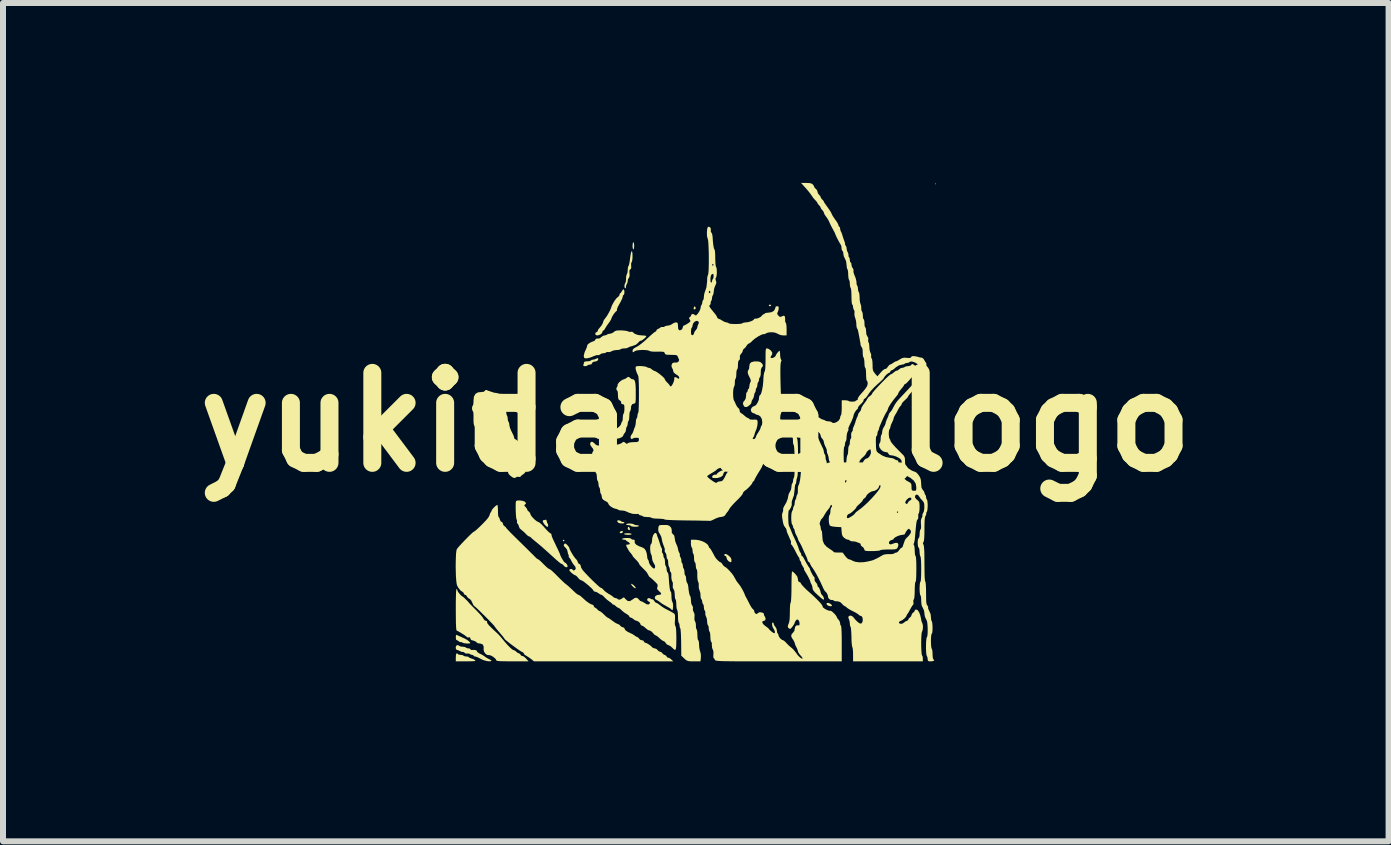
<source format=kicad_pcb>
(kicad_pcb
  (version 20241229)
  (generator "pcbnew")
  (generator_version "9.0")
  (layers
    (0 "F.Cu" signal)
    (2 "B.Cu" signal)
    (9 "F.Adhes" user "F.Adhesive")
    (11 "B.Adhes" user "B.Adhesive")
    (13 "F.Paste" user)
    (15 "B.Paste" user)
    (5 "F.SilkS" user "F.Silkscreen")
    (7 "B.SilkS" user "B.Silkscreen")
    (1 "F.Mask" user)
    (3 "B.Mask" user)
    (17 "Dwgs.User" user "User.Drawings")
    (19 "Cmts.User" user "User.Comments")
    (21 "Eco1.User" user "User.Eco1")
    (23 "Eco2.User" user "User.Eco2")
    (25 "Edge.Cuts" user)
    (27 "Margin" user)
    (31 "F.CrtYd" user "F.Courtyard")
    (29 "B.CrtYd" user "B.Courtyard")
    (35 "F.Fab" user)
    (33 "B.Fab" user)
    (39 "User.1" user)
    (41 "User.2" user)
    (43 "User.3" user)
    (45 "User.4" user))
  (footprint "yukidama_logo"
    (layer "F.Cu")
    (at 8.55 3.988)
    (property "Reference" "yukidama_logo" (at 0 0 0) (layer "F.SilkS") (effects (font (size 1.5 1.5) (thickness 0.3))))
    (attr board_only exclude_from_pos_files exclude_from_bom)
    (fp_poly (pts (xy 3.997 -3.983) (xy 3.998 -3.967) (xy 3.997 -3.965) (xy 3.989 -3.967) (xy 3.988 -3.974) (xy 3.993 -3.985)) (stroke (width 0) (type solid)) (fill yes) (layer "F.SilkS"))
    (fp_poly (pts (xy -2.19 1.97) (xy -2.19 1.974) (xy -2.2 1.987) (xy -2.203 1.987) (xy -2.217 1.977) (xy -2.217 1.974) (xy -2.207 1.96) (xy -2.203 1.96)) (stroke (width 0) (type solid)) (fill yes) (layer "F.SilkS"))
    (fp_poly (pts (xy -1.103 1.765) (xy -1.096 1.789) (xy -1.103 1.797) (xy -1.115 1.798) (xy -1.132 1.787) (xy -1.135 1.771) (xy -1.129 1.747) (xy -1.115 1.747)) (stroke (width 0) (type solid)) (fill yes) (layer "F.SilkS"))
    (fp_poly (pts (xy 1.255 -1.953) (xy 1.257 -1.947) (xy 1.246 -1.935) (xy 1.237 -1.933) (xy 1.219 -1.94) (xy 1.217 -1.947) (xy 1.228 -1.959) (xy 1.237 -1.96)) (stroke (width 0) (type solid)) (fill yes) (layer "F.SilkS"))
    (fp_poly (pts (xy -1.217 1.819) (xy -1.217 1.832) (xy -1.228 1.848) (xy -1.244 1.852) (xy -1.266 1.847) (xy -1.271 1.84) (xy -1.26 1.825) (xy -1.249 1.82) (xy -1.225 1.812)) (stroke (width 0) (type solid)) (fill yes) (layer "F.SilkS"))
    (fp_poly (pts (xy -0.014 -1.926) (xy -0.001 -1.908) (xy -0.005 -1.887) (xy -0.022 -1.879) (xy -0.037 -1.887) (xy -0.035 -1.9) (xy -0.028 -1.922) (xy -0.027 -1.928) (xy -0.018 -1.929)) (stroke (width 0) (type solid)) (fill yes) (layer "F.SilkS"))
    (fp_poly (pts (xy -1.064 2.698) (xy -1.041 2.714) (xy -1.018 2.736) (xy -1.003 2.757) (xy -1 2.764) (xy -1.008 2.77) (xy -1.03 2.758) (xy -1.054 2.737) (xy -1.073 2.713) (xy -1.078 2.696) (xy -1.077 2.694)) (stroke (width 0) (type solid)) (fill yes) (layer "F.SilkS"))
    (fp_poly (pts (xy 2.24 3.026) (xy 2.264 3.045) (xy 2.271 3.058) (xy 2.261 3.068) (xy 2.236 3.068) (xy 2.209 3.06) (xy 2.189 3.047) (xy 2.178 3.028) (xy 2.189 3.015) (xy 2.19 3.015) (xy 2.212 3.014)) (stroke (width 0) (type solid)) (fill yes) (layer "F.SilkS"))
    (fp_poly (pts (xy -1.097 1.854) (xy -1.073 1.861) (xy -1.068 1.865) (xy -1.08 1.874) (xy -1.11 1.878) (xy -1.128 1.879) (xy -1.166 1.876) (xy -1.192 1.869) (xy -1.196 1.865) (xy -1.19 1.857) (xy -1.159 1.853) (xy -1.136 1.852)) (stroke (width 0) (type solid)) (fill yes) (layer "F.SilkS"))
    (fp_poly (pts (xy -1.033 -2.989) (xy -1.028 -2.958) (xy -1.027 -2.94) (xy -1.03 -2.904) (xy -1.037 -2.882) (xy -1.041 -2.879) (xy -1.049 -2.891) (xy -1.054 -2.922) (xy -1.054 -2.94) (xy -1.052 -2.976) (xy -1.045 -2.998) (xy -1.041 -3.001)) (stroke (width 0) (type solid)) (fill yes) (layer "F.SilkS"))
    (fp_poly (pts (xy -1.256 1.644) (xy -1.25 1.649) (xy -1.231 1.661) (xy -1.216 1.663) (xy -1.194 1.669) (xy -1.19 1.676) (xy -1.201 1.686) (xy -1.228 1.689) (xy -1.26 1.687) (xy -1.288 1.679) (xy -1.295 1.674) (xy -1.309 1.654) (xy -1.311 1.646) (xy -1.301 1.637) (xy -1.278 1.637)) (stroke (width 0) (type solid)) (fill yes) (layer "F.SilkS"))
    (fp_poly (pts (xy -2.491 1.629) (xy -2.487 1.645) (xy -2.48 1.674) (xy -2.473 1.685) (xy -2.462 1.71) (xy -2.462 1.728) (xy -2.467 1.745) (xy -2.476 1.746) (xy -2.497 1.731) (xy -2.503 1.726) (xy -2.527 1.7) (xy -2.545 1.671) (xy -2.552 1.648) (xy -2.546 1.636) (xy -2.543 1.636) (xy -2.52 1.631) (xy -2.509 1.627)) (stroke (width 0) (type solid)) (fill yes) (layer "F.SilkS"))
    (fp_poly (pts (xy 0.505 2.199) (xy 0.534 2.215) (xy 0.547 2.225) (xy 0.581 2.257) (xy 0.594 2.29) (xy 0.595 2.3) (xy 0.592 2.329) (xy 0.58 2.336) (xy 0.554 2.323) (xy 0.544 2.316) (xy 0.521 2.288) (xy 0.514 2.263) (xy 0.506 2.237) (xy 0.493 2.23) (xy 0.475 2.222) (xy 0.477 2.205) (xy 0.487 2.197)) (stroke (width 0) (type solid)) (fill yes) (layer "F.SilkS"))
    (fp_poly (pts (xy -1.064 1.693) (xy -1.039 1.7) (xy -1.034 1.703) (xy -1.016 1.713) (xy -0.986 1.717) (xy -0.958 1.721) (xy -0.946 1.73) (xy -0.958 1.738) (xy -0.989 1.743) (xy -1.014 1.744) (xy -1.052 1.741) (xy -1.077 1.735) (xy -1.081 1.73) (xy -1.093 1.721) (xy -1.121 1.717) (xy -1.122 1.717) (xy -1.15 1.713) (xy -1.163 1.703) (xy -1.163 1.703) (xy -1.15 1.695) (xy -1.12 1.69) (xy -1.103 1.69)) (stroke (width 0) (type solid)) (fill yes) (layer "F.SilkS"))
    (fp_poly (pts (xy 0.495 0.804) (xy 0.498 0.817) (xy 0.48 0.829) (xy 0.463 0.848) (xy 0.46 0.863) (xy 0.447 0.893) (xy 0.414 0.916) (xy 0.365 0.93) (xy 0.332 0.933) (xy 0.291 0.93) (xy 0.273 0.921) (xy 0.27 0.913) (xy 0.282 0.891) (xy 0.308 0.876) (xy 0.335 0.875) (xy 0.35 0.872) (xy 0.351 0.866) (xy 0.363 0.848) (xy 0.391 0.828) (xy 0.426 0.809) (xy 0.46 0.799) (xy 0.47 0.798)) (stroke (width 0) (type solid)) (fill yes) (layer "F.SilkS"))
    (fp_poly (pts (xy -3.975 3.856) (xy -3.967 3.866) (xy -3.949 3.876) (xy -3.92 3.88) (xy -3.889 3.884) (xy -3.873 3.893) (xy -3.855 3.903) (xy -3.825 3.907) (xy -3.797 3.91) (xy -3.785 3.918) (xy -3.773 3.929) (xy -3.748 3.938) (xy -3.709 3.951) (xy -3.684 3.966) (xy -3.675 3.975) (xy -3.676 3.981) (xy -3.692 3.984) (xy -3.725 3.986) (xy -3.779 3.987) (xy -3.829 3.987) (xy -4.001 3.988) (xy -4.001 3.92) (xy -3.998 3.876) (xy -3.989 3.854)) (stroke (width 0) (type solid)) (fill yes) (layer "F.SilkS"))
    (fp_poly (pts (xy -3.991 3.545) (xy -3.972 3.554) (xy -3.947 3.565) (xy -3.885 3.593) (xy -3.842 3.613) (xy -3.812 3.631) (xy -3.79 3.647) (xy -3.788 3.649) (xy -3.767 3.669) (xy -3.758 3.682) (xy -3.77 3.689) (xy -3.798 3.691) (xy -3.833 3.689) (xy -3.866 3.685) (xy -3.885 3.678) (xy -3.887 3.676) (xy -3.905 3.667) (xy -3.914 3.668) (xy -3.936 3.665) (xy -3.948 3.656) (xy -3.971 3.639) (xy -3.983 3.636) (xy -3.997 3.624) (xy -4.001 3.588) (xy -3.999 3.558) (xy -3.993 3.545)) (stroke (width 0) (type solid)) (fill yes) (layer "F.SilkS"))
    (fp_poly (pts (xy -1.629 -1.066) (xy -1.626 -1.047) (xy -1.638 -1.026) (xy -1.659 -1.014) (xy -1.663 -1.014) (xy -1.703 -1.007) (xy -1.727 -0.991) (xy -1.73 -0.979) (xy -1.742 -0.964) (xy -1.763 -0.96) (xy -1.792 -0.955) (xy -1.805 -0.946) (xy -1.823 -0.936) (xy -1.847 -0.933) (xy -1.872 -0.937) (xy -1.875 -0.952) (xy -1.874 -0.954) (xy -1.866 -0.985) (xy -1.865 -0.995) (xy -1.855 -1.008) (xy -1.821 -1.014) (xy -1.812 -1.014) (xy -1.776 -1.017) (xy -1.753 -1.025) (xy -1.751 -1.027) (xy -1.732 -1.039) (xy -1.716 -1.041) (xy -1.683 -1.048) (xy -1.663 -1.057) (xy -1.64 -1.067)) (stroke (width 0) (type solid)) (fill yes) (layer "F.SilkS"))
    (fp_poly (pts (xy -2.823 -0.359) (xy -2.785 -0.342) (xy -2.75 -0.314) (xy -2.739 -0.301) (xy -2.723 -0.276) (xy -2.725 -0.259) (xy -2.736 -0.245) (xy -2.746 -0.228) (xy -2.753 -0.2) (xy -2.756 -0.156) (xy -2.758 -0.092) (xy -2.758 -0.071) (xy -2.756 -0.007) (xy -2.753 0.044) (xy -2.749 0.078) (xy -2.744 0.088) (xy -2.737 0.104) (xy -2.733 0.137) (xy -2.731 0.178) (xy -2.731 0.22) (xy -2.734 0.253) (xy -2.74 0.27) (xy -2.741 0.27) (xy -2.759 0.262) (xy -2.768 0.254) (xy -2.783 0.23) (xy -2.785 0.22) (xy -2.787 0.205) (xy -2.795 0.183) (xy -2.811 0.148) (xy -2.823 0.125) (xy -2.832 0.094) (xy -2.838 0.049) (xy -2.839 0.027) (xy -2.841 -0.011) (xy -2.847 -0.036) (xy -2.852 -0.041) (xy -2.859 -0.053) (xy -2.863 -0.089) (xy -2.866 -0.143) (xy -2.866 -0.168) (xy -2.867 -0.225) (xy -2.871 -0.27) (xy -2.876 -0.298) (xy -2.879 -0.304) (xy -2.891 -0.323) (xy -2.893 -0.339) (xy -2.883 -0.359) (xy -2.857 -0.366)) (stroke (width 0) (type solid)) (fill yes) (layer "F.SilkS"))
    (fp_poly (pts (xy -1.06 -2.84) (xy -1.056 -2.81) (xy -1.055 -2.769) (xy -1.056 -2.727) (xy -1.061 -2.691) (xy -1.068 -2.67) (xy -1.069 -2.669) (xy -1.078 -2.649) (xy -1.078 -2.613) (xy -1.078 -2.608) (xy -1.076 -2.571) (xy -1.086 -2.552) (xy -1.091 -2.549) (xy -1.104 -2.536) (xy -1.107 -2.509) (xy -1.105 -2.481) (xy -1.104 -2.433) (xy -1.115 -2.406) (xy -1.117 -2.405) (xy -1.131 -2.381) (xy -1.135 -2.351) (xy -1.14 -2.321) (xy -1.149 -2.305) (xy -1.159 -2.286) (xy -1.163 -2.263) (xy -1.167 -2.238) (xy -1.176 -2.23) (xy -1.186 -2.242) (xy -1.19 -2.27) (xy -1.185 -2.301) (xy -1.176 -2.318) (xy -1.168 -2.336) (xy -1.163 -2.37) (xy -1.163 -2.393) (xy -1.16 -2.433) (xy -1.153 -2.461) (xy -1.149 -2.467) (xy -1.141 -2.485) (xy -1.136 -2.519) (xy -1.135 -2.533) (xy -1.133 -2.571) (xy -1.126 -2.598) (xy -1.123 -2.603) (xy -1.117 -2.612) (xy -1.112 -2.629) (xy -1.106 -2.658) (xy -1.099 -2.704) (xy -1.09 -2.771) (xy -1.086 -2.795) (xy -1.079 -2.83) (xy -1.07 -2.85) (xy -1.067 -2.852)) (stroke (width 0) (type solid)) (fill yes) (layer "F.SilkS"))
    (fp_poly (pts (xy -3.949 3.724) (xy -3.94 3.731) (xy -3.922 3.74) (xy -3.89 3.744) (xy -3.886 3.744) (xy -3.853 3.748) (xy -3.833 3.757) (xy -3.832 3.758) (xy -3.814 3.768) (xy -3.791 3.771) (xy -3.766 3.776) (xy -3.758 3.786) (xy -3.747 3.797) (xy -3.734 3.798) (xy -3.684 3.797) (xy -3.655 3.807) (xy -3.65 3.819) (xy -3.638 3.836) (xy -3.61 3.855) (xy -3.599 3.86) (xy -3.559 3.88) (xy -3.525 3.902) (xy -3.522 3.905) (xy -3.489 3.928) (xy -3.451 3.949) (xy -3.45 3.949) (xy -3.421 3.964) (xy -3.407 3.976) (xy -3.406 3.978) (xy -3.418 3.986) (xy -3.448 3.987) (xy -3.487 3.982) (xy -3.529 3.971) (xy -3.562 3.958) (xy -3.601 3.938) (xy -3.633 3.922) (xy -3.639 3.919) (xy -3.67 3.908) (xy -3.683 3.907) (xy -3.702 3.899) (xy -3.704 3.893) (xy -3.715 3.882) (xy -3.73 3.88) (xy -3.756 3.873) (xy -3.765 3.865) (xy -3.784 3.857) (xy -3.805 3.858) (xy -3.839 3.856) (xy -3.853 3.845) (xy -3.875 3.831) (xy -3.887 3.831) (xy -3.91 3.828) (xy -3.929 3.818) (xy -3.959 3.803) (xy -3.978 3.799) (xy -3.996 3.788) (xy -4.003 3.764) (xy -3.999 3.737) (xy -3.985 3.72) (xy -3.975 3.717)) (stroke (width 0) (type solid)) (fill yes) (layer "F.SilkS"))
    (fp_poly (pts (xy 1.052 -1.01) (xy 1.082 -0.998) (xy 1.097 -0.985) (xy 1.118 -0.956) (xy 1.119 -0.936) (xy 1.101 -0.914) (xy 1.086 -0.88) (xy 1.083 -0.832) (xy 1.082 -0.791) (xy 1.075 -0.761) (xy 1.07 -0.754) (xy 1.057 -0.728) (xy 1.054 -0.708) (xy 1.049 -0.68) (xy 1.041 -0.669) (xy 1.031 -0.651) (xy 1.027 -0.622) (xy 1.023 -0.591) (xy 1.014 -0.575) (xy 1.003 -0.556) (xy 1 -0.534) (xy 0.995 -0.506) (xy 0.987 -0.493) (xy 0.977 -0.475) (xy 0.973 -0.449) (xy 0.964 -0.411) (xy 0.947 -0.379) (xy 0.931 -0.352) (xy 0.928 -0.331) (xy 0.923 -0.312) (xy 0.901 -0.287) (xy 0.871 -0.264) (xy 0.845 -0.252) (xy 0.816 -0.254) (xy 0.801 -0.27) (xy 0.785 -0.308) (xy 0.794 -0.34) (xy 0.811 -0.358) (xy 0.831 -0.39) (xy 0.838 -0.438) (xy 0.838 -0.441) (xy 0.841 -0.477) (xy 0.848 -0.498) (xy 0.852 -0.5) (xy 0.863 -0.511) (xy 0.865 -0.527) (xy 0.871 -0.549) (xy 0.879 -0.554) (xy 0.888 -0.566) (xy 0.892 -0.594) (xy 0.892 -0.595) (xy 0.898 -0.634) (xy 0.908 -0.662) (xy 0.916 -0.678) (xy 0.917 -0.697) (xy 0.908 -0.724) (xy 0.888 -0.765) (xy 0.877 -0.787) (xy 0.866 -0.823) (xy 0.868 -0.855) (xy 0.879 -0.872) (xy 0.888 -0.89) (xy 0.892 -0.923) (xy 0.892 -0.929) (xy 0.899 -0.972) (xy 0.923 -0.998) (xy 0.967 -1.011) (xy 1.005 -1.013)) (stroke (width 0) (type solid)) (fill yes) (layer "F.SilkS"))
    (fp_poly (pts (xy -1.191 -2.19) (xy -1.19 -2.17) (xy -1.193 -2.138) (xy -1.201 -2.123) (xy -1.203 -2.122) (xy -1.215 -2.111) (xy -1.217 -2.102) (xy -1.22 -2.082) (xy -1.23 -2.054) (xy -1.25 -2.013) (xy -1.282 -1.955) (xy -1.297 -1.928) (xy -1.311 -1.895) (xy -1.315 -1.871) (xy -1.315 -1.869) (xy -1.317 -1.854) (xy -1.322 -1.852) (xy -1.336 -1.841) (xy -1.358 -1.815) (xy -1.381 -1.782) (xy -1.399 -1.75) (xy -1.407 -1.727) (xy -1.407 -1.727) (xy -1.415 -1.708) (xy -1.435 -1.675) (xy -1.454 -1.649) (xy -1.483 -1.609) (xy -1.505 -1.574) (xy -1.514 -1.558) (xy -1.529 -1.535) (xy -1.541 -1.528) (xy -1.553 -1.517) (xy -1.555 -1.509) (xy -1.566 -1.482) (xy -1.595 -1.459) (xy -1.632 -1.447) (xy -1.64 -1.446) (xy -1.668 -1.452) (xy -1.676 -1.471) (xy -1.676 -1.473) (xy -1.668 -1.495) (xy -1.656 -1.5) (xy -1.638 -1.511) (xy -1.636 -1.521) (xy -1.627 -1.544) (xy -1.605 -1.571) (xy -1.574 -1.608) (xy -1.551 -1.648) (xy -1.541 -1.68) (xy -1.541 -1.681) (xy -1.533 -1.701) (xy -1.512 -1.729) (xy -1.506 -1.737) (xy -1.483 -1.768) (xy -1.457 -1.812) (xy -1.433 -1.857) (xy -1.416 -1.894) (xy -1.412 -1.906) (xy -1.399 -1.943) (xy -1.376 -1.987) (xy -1.349 -2.031) (xy -1.323 -2.065) (xy -1.305 -2.081) (xy -1.28 -2.103) (xy -1.271 -2.125) (xy -1.266 -2.145) (xy -1.259 -2.149) (xy -1.246 -2.16) (xy -1.233 -2.183) (xy -1.214 -2.211) (xy -1.2 -2.213)) (stroke (width 0) (type solid)) (fill yes) (layer "F.SilkS"))
    (fp_poly (pts (xy -1.239 -1.53) (xy -1.189 -1.526) (xy -1.149 -1.52) (xy -1.127 -1.512) (xy -1.127 -1.512) (xy -1.1 -1.504) (xy -1.086 -1.506) (xy -1.063 -1.508) (xy -1.055 -1.504) (xy -1.019 -1.474) (xy -0.964 -1.453) (xy -0.899 -1.446) (xy -0.859 -1.444) (xy -0.831 -1.439) (xy -0.825 -1.434) (xy -0.834 -1.417) (xy -0.857 -1.395) (xy -0.885 -1.373) (xy -0.908 -1.359) (xy -0.919 -1.358) (xy -0.933 -1.353) (xy -0.954 -1.332) (xy -0.959 -1.325) (xy -0.999 -1.291) (xy -1.056 -1.27) (xy -1.095 -1.259) (xy -1.123 -1.247) (xy -1.13 -1.242) (xy -1.147 -1.234) (xy -1.18 -1.23) (xy -1.19 -1.23) (xy -1.225 -1.227) (xy -1.248 -1.219) (xy -1.25 -1.217) (xy -1.268 -1.208) (xy -1.302 -1.203) (xy -1.316 -1.203) (xy -1.36 -1.198) (xy -1.397 -1.186) (xy -1.403 -1.182) (xy -1.435 -1.169) (xy -1.459 -1.169) (xy -1.484 -1.17) (xy -1.493 -1.163) (xy -1.512 -1.153) (xy -1.54 -1.149) (xy -1.574 -1.143) (xy -1.594 -1.13) (xy -1.617 -1.117) (xy -1.631 -1.118) (xy -1.654 -1.117) (xy -1.69 -1.105) (xy -1.707 -1.098) (xy -1.759 -1.077) (xy -1.807 -1.065) (xy -1.844 -1.064) (xy -1.862 -1.074) (xy -1.868 -1.108) (xy -1.855 -1.161) (xy -1.823 -1.233) (xy -1.813 -1.263) (xy -1.811 -1.276) (xy -1.8 -1.298) (xy -1.769 -1.321) (xy -1.729 -1.341) (xy -1.711 -1.346) (xy -1.685 -1.359) (xy -1.676 -1.374) (xy -1.664 -1.39) (xy -1.631 -1.395) (xy -1.614 -1.394) (xy -1.595 -1.402) (xy -1.575 -1.419) (xy -1.545 -1.44) (xy -1.519 -1.446) (xy -1.492 -1.452) (xy -1.48 -1.46) (xy -1.462 -1.47) (xy -1.435 -1.473) (xy -1.398 -1.483) (xy -1.366 -1.503) (xy -1.345 -1.519) (xy -1.319 -1.527) (xy -1.28 -1.53)) (stroke (width 0) (type solid)) (fill yes) (layer "F.SilkS"))
    (fp_poly (pts (xy -2.892 1.311) (xy -2.858 1.322) (xy -2.848 1.329) (xy -2.831 1.349) (xy -2.835 1.362) (xy -2.845 1.37) (xy -2.859 1.384) (xy -2.854 1.398) (xy -2.84 1.412) (xy -2.819 1.437) (xy -2.812 1.455) (xy -2.801 1.476) (xy -2.785 1.49) (xy -2.763 1.513) (xy -2.758 1.531) (xy -2.748 1.555) (xy -2.723 1.587) (xy -2.69 1.621) (xy -2.657 1.648) (xy -2.63 1.663) (xy -2.626 1.664) (xy -2.607 1.674) (xy -2.576 1.7) (xy -2.539 1.738) (xy -2.522 1.758) (xy -2.484 1.8) (xy -2.452 1.832) (xy -2.429 1.85) (xy -2.424 1.852) (xy -2.409 1.863) (xy -2.406 1.876) (xy -2.401 1.902) (xy -2.386 1.94) (xy -2.38 1.953) (xy -2.361 1.993) (xy -2.336 2.046) (xy -2.31 2.101) (xy -2.309 2.101) (xy -2.288 2.147) (xy -2.272 2.182) (xy -2.264 2.201) (xy -2.264 2.203) (xy -2.257 2.223) (xy -2.242 2.255) (xy -2.222 2.29) (xy -2.202 2.321) (xy -2.188 2.337) (xy -2.186 2.339) (xy -2.167 2.349) (xy -2.147 2.373) (xy -2.137 2.399) (xy -2.136 2.403) (xy -2.145 2.418) (xy -2.166 2.418) (xy -2.189 2.405) (xy -2.2 2.393) (xy -2.219 2.371) (xy -2.233 2.366) (xy -2.25 2.357) (xy -2.28 2.334) (xy -2.318 2.302) (xy -2.326 2.295) (xy -2.412 2.217) (xy -2.481 2.154) (xy -2.537 2.105) (xy -2.583 2.064) (xy -2.622 2.031) (xy -2.658 2.001) (xy -2.67 1.992) (xy -2.709 1.96) (xy -2.739 1.933) (xy -2.755 1.918) (xy -2.755 1.917) (xy -2.771 1.907) (xy -2.778 1.906) (xy -2.797 1.897) (xy -2.824 1.873) (xy -2.834 1.862) (xy -2.868 1.828) (xy -2.904 1.799) (xy -2.91 1.794) (xy -2.936 1.77) (xy -2.947 1.745) (xy -2.947 1.744) (xy -2.956 1.714) (xy -2.968 1.698) (xy -2.982 1.676) (xy -2.981 1.663) (xy -2.98 1.642) (xy -2.988 1.621) (xy -2.994 1.598) (xy -2.998 1.557) (xy -3.001 1.504) (xy -3.003 1.447) (xy -3.003 1.393) (xy -3.002 1.348) (xy -2.998 1.32) (xy -2.996 1.315) (xy -2.972 1.306) (xy -2.933 1.305)) (stroke (width 0) (type solid)) (fill yes) (layer "F.SilkS"))
    (fp_poly (pts (xy -3.975 2.797) (xy -3.974 2.806) (xy -3.966 2.825) (xy -3.946 2.853) (xy -3.921 2.882) (xy -3.899 2.902) (xy -3.89 2.906) (xy -3.877 2.915) (xy -3.854 2.936) (xy -3.826 2.963) (xy -3.801 2.988) (xy -3.786 3.005) (xy -3.785 3.008) (xy -3.776 3.019) (xy -3.751 3.044) (xy -3.715 3.082) (xy -3.67 3.127) (xy -3.665 3.132) (xy -3.618 3.18) (xy -3.579 3.223) (xy -3.552 3.257) (xy -3.54 3.277) (xy -3.54 3.278) (xy -3.523 3.302) (xy -3.503 3.31) (xy -3.48 3.319) (xy -3.48 3.334) (xy -3.474 3.354) (xy -3.447 3.389) (xy -3.399 3.436) (xy -3.397 3.438) (xy -3.345 3.487) (xy -3.307 3.522) (xy -3.281 3.548) (xy -3.262 3.57) (xy -3.244 3.59) (xy -3.239 3.597) (xy -3.185 3.662) (xy -3.135 3.718) (xy -3.092 3.762) (xy -3.06 3.789) (xy -3.042 3.799) (xy -3.016 3.808) (xy -2.994 3.826) (xy -2.97 3.846) (xy -2.952 3.853) (xy -2.932 3.863) (xy -2.92 3.88) (xy -2.903 3.898) (xy -2.891 3.899) (xy -2.875 3.903) (xy -2.849 3.923) (xy -2.832 3.939) (xy -2.788 3.988) (xy -3.057 3.988) (xy -3.153 3.987) (xy -3.225 3.986) (xy -3.276 3.984) (xy -3.307 3.98) (xy -3.323 3.975) (xy -3.325 3.971) (xy -3.336 3.949) (xy -3.364 3.923) (xy -3.399 3.899) (xy -3.432 3.885) (xy -3.449 3.884) (xy -3.48 3.88) (xy -3.51 3.857) (xy -3.531 3.825) (xy -3.538 3.79) (xy -3.537 3.786) (xy -3.537 3.737) (xy -3.555 3.704) (xy -3.593 3.691) (xy -3.601 3.69) (xy -3.637 3.685) (xy -3.654 3.671) (xy -3.672 3.656) (xy -3.704 3.643) (xy -3.71 3.642) (xy -3.744 3.632) (xy -3.757 3.614) (xy -3.758 3.606) (xy -3.764 3.587) (xy -3.781 3.588) (xy -3.803 3.59) (xy -3.811 3.586) (xy -3.827 3.572) (xy -3.859 3.549) (xy -3.898 3.524) (xy -3.937 3.5) (xy -3.97 3.482) (xy -3.987 3.474) (xy -3.988 3.474) (xy -3.992 3.461) (xy -3.996 3.421) (xy -3.999 3.356) (xy -4 3.265) (xy -4.001 3.151) (xy -4.001 3.122) (xy -4.001 3.002) (xy -3.999 2.907) (xy -3.997 2.838) (xy -3.993 2.795) (xy -3.989 2.778) (xy -3.988 2.778)) (stroke (width 0) (type solid)) (fill yes) (layer "F.SilkS"))
    (fp_poly (pts (xy -1.105 -0.747) (xy -1.095 -0.737) (xy -1.071 -0.719) (xy -1.058 -0.716) (xy -1.036 -0.712) (xy -1.021 -0.696) (xy -1.01 -0.664) (xy -1.004 -0.615) (xy -1.001 -0.544) (xy -1.001 -0.49) (xy -1.001 -0.417) (xy -1.002 -0.367) (xy -1.005 -0.336) (xy -1.01 -0.319) (xy -1.017 -0.312) (xy -1.025 -0.311) (xy -1.059 -0.3) (xy -1.078 -0.267) (xy -1.081 -0.235) (xy -1.085 -0.202) (xy -1.094 -0.183) (xy -1.095 -0.182) (xy -1.103 -0.165) (xy -1.107 -0.13) (xy -1.108 -0.101) (xy -1.111 -0.059) (xy -1.117 -0.029) (xy -1.122 -0.02) (xy -1.132 -0.002) (xy -1.135 0.027) (xy -1.14 0.058) (xy -1.149 0.074) (xy -1.159 0.093) (xy -1.163 0.121) (xy -1.169 0.154) (xy -1.181 0.175) (xy -1.2 0.2) (xy -1.208 0.22) (xy -1.227 0.247) (xy -1.27 0.267) (xy -1.303 0.274) (xy -1.352 0.279) (xy -1.411 0.282) (xy -1.473 0.284) (xy -1.534 0.284) (xy -1.587 0.282) (xy -1.627 0.278) (xy -1.648 0.273) (xy -1.649 0.27) (xy -1.66 0.259) (xy -1.673 0.257) (xy -1.696 0.246) (xy -1.719 0.22) (xy -1.722 0.216) (xy -1.74 0.191) (xy -1.755 0.182) (xy -1.757 0.182) (xy -1.774 0.181) (xy -1.785 0.163) (xy -1.786 0.136) (xy -1.783 0.125) (xy -1.763 0.099) (xy -1.734 0.095) (xy -1.703 0.112) (xy -1.685 0.135) (xy -1.663 0.163) (xy -1.635 0.174) (xy -1.611 0.176) (xy -1.573 0.18) (xy -1.546 0.19) (xy -1.544 0.192) (xy -1.525 0.201) (xy -1.511 0.192) (xy -1.485 0.177) (xy -1.473 0.176) (xy -1.444 0.169) (xy -1.401 0.151) (xy -1.353 0.126) (xy -1.309 0.099) (xy -1.281 0.079) (xy -1.256 0.051) (xy -1.244 0.027) (xy -1.244 0.024) (xy -1.236 -0.000249) (xy -1.23 -0.007) (xy -1.222 -0.024) (xy -1.217 -0.058) (xy -1.217 -0.074) (xy -1.214 -0.112) (xy -1.207 -0.138) (xy -1.203 -0.142) (xy -1.196 -0.159) (xy -1.191 -0.194) (xy -1.19 -0.224) (xy -1.191 -0.267) (xy -1.196 -0.289) (xy -1.207 -0.297) (xy -1.217 -0.297) (xy -1.241 -0.307) (xy -1.246 -0.335) (xy -1.245 -0.341) (xy -1.255 -0.354) (xy -1.271 -0.365) (xy -1.287 -0.379) (xy -1.295 -0.404) (xy -1.298 -0.447) (xy -1.298 -0.453) (xy -1.3 -0.494) (xy -1.306 -0.521) (xy -1.311 -0.527) (xy -1.322 -0.538) (xy -1.324 -0.561) (xy -1.317 -0.582) (xy -1.312 -0.588) (xy -1.304 -0.605) (xy -1.305 -0.612) (xy -1.301 -0.634) (xy -1.28 -0.662) (xy -1.25 -0.689) (xy -1.217 -0.708) (xy -1.206 -0.712) (xy -1.172 -0.725) (xy -1.152 -0.739) (xy -1.127 -0.756)) (stroke (width 0) (type solid)) (fill yes) (layer "F.SilkS"))
    (fp_poly (pts (xy -3.46 -0.524) (xy -3.459 -0.523) (xy -3.365 -0.492) (xy -3.302 -0.482) (xy -3.271 -0.473) (xy -3.256 -0.463) (xy -3.228 -0.448) (xy -3.215 -0.446) (xy -3.198 -0.44) (xy -3.191 -0.418) (xy -3.19 -0.393) (xy -3.187 -0.358) (xy -3.177 -0.337) (xy -3.174 -0.335) (xy -3.165 -0.318) (xy -3.161 -0.276) (xy -3.161 -0.227) (xy -3.161 -0.175) (xy -3.157 -0.135) (xy -3.151 -0.116) (xy -3.15 -0.115) (xy -3.141 -0.097) (xy -3.136 -0.064) (xy -3.136 -0.061) (xy -3.132 -0.027) (xy -3.124 -0.008) (xy -3.123 -0.007) (xy -3.113 0.012) (xy -3.109 0.04) (xy -3.106 0.065) (xy -3.097 0.096) (xy -3.08 0.138) (xy -3.051 0.197) (xy -3.04 0.219) (xy -3.03 0.25) (xy -3.028 0.263) (xy -3.019 0.281) (xy -3.01 0.284) (xy -2.993 0.293) (xy -2.964 0.318) (xy -2.927 0.353) (xy -2.915 0.365) (xy -2.875 0.404) (xy -2.84 0.432) (xy -2.815 0.446) (xy -2.811 0.446) (xy -2.79 0.452) (xy -2.785 0.46) (xy -2.774 0.471) (xy -2.761 0.473) (xy -2.732 0.485) (xy -2.713 0.522) (xy -2.703 0.583) (xy -2.702 0.6) (xy -2.701 0.644) (xy -2.705 0.67) (xy -2.719 0.686) (xy -2.745 0.701) (xy -2.745 0.701) (xy -2.786 0.732) (xy -2.819 0.774) (xy -2.836 0.815) (xy -2.838 0.825) (xy -2.849 0.845) (xy -2.876 0.868) (xy -2.879 0.87) (xy -2.906 0.889) (xy -2.92 0.905) (xy -2.92 0.907) (xy -2.931 0.914) (xy -2.952 0.912) (xy -2.98 0.911) (xy -2.994 0.918) (xy -3.016 0.932) (xy -3.049 0.924) (xy -3.091 0.894) (xy -3.094 0.892) (xy -3.124 0.858) (xy -3.131 0.832) (xy -3.13 0.828) (xy -3.119 0.795) (xy -3.123 0.781) (xy -3.133 0.781) (xy -3.152 0.775) (xy -3.185 0.757) (xy -3.221 0.732) (xy -3.258 0.702) (xy -3.302 0.662) (xy -3.349 0.617) (xy -3.395 0.57) (xy -3.436 0.526) (xy -3.468 0.49) (xy -3.485 0.465) (xy -3.488 0.458) (xy -3.497 0.443) (xy -3.521 0.415) (xy -3.556 0.38) (xy -3.563 0.373) (xy -3.603 0.334) (xy -3.627 0.304) (xy -3.64 0.276) (xy -3.646 0.24) (xy -3.646 0.239) (xy -3.653 0.2) (xy -3.661 0.173) (xy -3.665 0.168) (xy -3.673 0.151) (xy -3.677 0.119) (xy -3.677 0.117) (xy -3.682 0.081) (xy -3.693 0.057) (xy -3.693 0.057) (xy -3.702 0.032) (xy -3.706 -0.018) (xy -3.706 -0.066) (xy -3.706 -0.124) (xy -3.709 -0.164) (xy -3.717 -0.182) (xy -3.727 -0.202) (xy -3.731 -0.233) (xy -3.726 -0.264) (xy -3.717 -0.277) (xy -3.71 -0.295) (xy -3.706 -0.33) (xy -3.706 -0.359) (xy -3.699 -0.425) (xy -3.674 -0.471) (xy -3.631 -0.497) (xy -3.573 -0.502) (xy -3.534 -0.507) (xy -3.517 -0.522) (xy -3.507 -0.535) (xy -3.491 -0.536)) (stroke (width 0) (type solid)) (fill yes) (layer "F.SilkS"))
    (fp_poly (pts (xy -0.48 1.715) (xy -0.475 1.715) (xy -0.436 1.731) (xy -0.409 1.764) (xy -0.4 1.805) (xy -0.401 1.814) (xy -0.4 1.846) (xy -0.38 1.868) (xy -0.359 1.892) (xy -0.352 1.931) (xy -0.351 1.936) (xy -0.344 1.982) (xy -0.327 2.029) (xy -0.324 2.034) (xy -0.307 2.073) (xy -0.298 2.108) (xy -0.297 2.113) (xy -0.289 2.15) (xy -0.279 2.17) (xy -0.266 2.197) (xy -0.267 2.213) (xy -0.264 2.237) (xy -0.255 2.253) (xy -0.242 2.284) (xy -0.241 2.305) (xy -0.239 2.333) (xy -0.231 2.345) (xy -0.22 2.364) (xy -0.216 2.393) (xy -0.212 2.424) (xy -0.203 2.44) (xy -0.194 2.458) (xy -0.189 2.491) (xy -0.189 2.502) (xy -0.186 2.535) (xy -0.179 2.554) (xy -0.176 2.555) (xy -0.167 2.567) (xy -0.163 2.597) (xy -0.162 2.608) (xy -0.158 2.647) (xy -0.148 2.675) (xy -0.145 2.679) (xy -0.132 2.705) (xy -0.126 2.737) (xy -0.12 2.797) (xy -0.111 2.849) (xy -0.102 2.885) (xy -0.093 2.9) (xy -0.086 2.917) (xy -0.082 2.952) (xy -0.081 2.973) (xy -0.076 3.023) (xy -0.063 3.053) (xy -0.061 3.055) (xy -0.047 3.083) (xy -0.049 3.103) (xy -0.047 3.141) (xy -0.035 3.165) (xy -0.02 3.205) (xy -0.022 3.247) (xy -0.023 3.295) (xy -0.013 3.32) (xy -0.002 3.347) (xy 0.002 3.386) (xy 0.002 3.393) (xy 0.003 3.429) (xy 0.011 3.451) (xy 0.013 3.454) (xy 0.02 3.471) (xy 0.025 3.507) (xy 0.027 3.549) (xy 0.029 3.595) (xy 0.034 3.626) (xy 0.041 3.636) (xy 0.048 3.648) (xy 0.053 3.68) (xy 0.054 3.709) (xy 0.058 3.758) (xy 0.066 3.803) (xy 0.072 3.82) (xy 0.084 3.865) (xy 0.085 3.92) (xy 0.085 3.924) (xy 0.078 3.988) (xy -0.032 3.987) (xy -0.087 3.987) (xy -0.123 3.983) (xy -0.149 3.975) (xy -0.172 3.959) (xy -0.192 3.94) (xy -0.242 3.894) (xy -0.244 3.67) (xy -0.246 3.595) (xy -0.248 3.53) (xy -0.252 3.479) (xy -0.255 3.448) (xy -0.258 3.439) (xy -0.267 3.422) (xy -0.27 3.393) (xy -0.275 3.362) (xy -0.284 3.346) (xy -0.29 3.329) (xy -0.295 3.293) (xy -0.297 3.244) (xy -0.297 3.238) (xy -0.299 3.188) (xy -0.304 3.15) (xy -0.31 3.13) (xy -0.311 3.129) (xy -0.318 3.112) (xy -0.323 3.077) (xy -0.324 3.042) (xy -0.327 2.997) (xy -0.332 2.965) (xy -0.338 2.954) (xy -0.346 2.936) (xy -0.35 2.901) (xy -0.351 2.873) (xy -0.356 2.821) (xy -0.367 2.789) (xy -0.371 2.785) (xy -0.384 2.758) (xy -0.383 2.723) (xy -0.382 2.68) (xy -0.393 2.655) (xy -0.403 2.628) (xy -0.408 2.583) (xy -0.407 2.568) (xy -0.408 2.527) (xy -0.414 2.504) (xy -0.418 2.501) (xy -0.428 2.489) (xy -0.433 2.461) (xy -0.437 2.43) (xy -0.446 2.413) (xy -0.454 2.395) (xy -0.459 2.361) (xy -0.46 2.345) (xy -0.462 2.309) (xy -0.469 2.287) (xy -0.473 2.285) (xy -0.482 2.273) (xy -0.487 2.244) (xy -0.487 2.239) (xy -0.492 2.203) (xy -0.505 2.178) (xy -0.506 2.177) (xy -0.519 2.154) (xy -0.518 2.141) (xy -0.517 2.113) (xy -0.524 2.091) (xy -0.541 2.046) (xy -0.557 1.998) (xy -0.566 1.957) (xy -0.568 1.942) (xy -0.577 1.907) (xy -0.601 1.861) (xy -0.617 1.838) (xy -0.625 1.812) (xy -0.626 1.774) (xy -0.625 1.767) (xy -0.619 1.735) (xy -0.607 1.72) (xy -0.58 1.715) (xy -0.563 1.715) (xy -0.518 1.714)) (stroke (width 0) (type solid)) (fill yes) (layer "F.SilkS"))
    (fp_poly (pts (xy -0.668 1.847) (xy -0.651 1.865) (xy -0.649 1.874) (xy -0.643 1.902) (xy -0.636 1.916) (xy -0.626 1.942) (xy -0.612 1.983) (xy -0.601 2.018) (xy -0.588 2.06) (xy -0.575 2.091) (xy -0.568 2.102) (xy -0.563 2.118) (xy -0.564 2.141) (xy -0.564 2.169) (xy -0.556 2.182) (xy -0.544 2.202) (xy -0.541 2.224) (xy -0.536 2.252) (xy -0.527 2.264) (xy -0.519 2.282) (xy -0.514 2.316) (xy -0.514 2.332) (xy -0.511 2.37) (xy -0.504 2.395) (xy -0.5 2.399) (xy -0.491 2.417) (xy -0.487 2.45) (xy -0.487 2.453) (xy -0.482 2.485) (xy -0.472 2.503) (xy -0.471 2.504) (xy -0.461 2.519) (xy -0.454 2.555) (xy -0.451 2.589) (xy -0.445 2.676) (xy -0.438 2.745) (xy -0.431 2.794) (xy -0.422 2.821) (xy -0.418 2.825) (xy -0.411 2.837) (xy -0.407 2.869) (xy -0.406 2.906) (xy -0.403 2.95) (xy -0.398 2.982) (xy -0.392 2.994) (xy -0.384 3.012) (xy -0.379 3.046) (xy -0.378 3.069) (xy -0.381 3.108) (xy -0.387 3.132) (xy -0.392 3.136) (xy -0.405 3.127) (xy -0.406 3.124) (xy -0.417 3.112) (xy -0.446 3.093) (xy -0.482 3.073) (xy -0.529 3.047) (xy -0.571 3.021) (xy -0.592 3.005) (xy -0.623 2.981) (xy -0.649 2.967) (xy -0.677 2.949) (xy -0.684 2.924) (xy -0.673 2.899) (xy -0.645 2.883) (xy -0.621 2.879) (xy -0.586 2.875) (xy -0.577 2.86) (xy -0.592 2.836) (xy -0.611 2.819) (xy -0.637 2.793) (xy -0.646 2.773) (xy -0.64 2.748) (xy -0.64 2.746) (xy -0.635 2.726) (xy -0.639 2.707) (xy -0.656 2.684) (xy -0.69 2.651) (xy -0.694 2.646) (xy -0.729 2.614) (xy -0.756 2.591) (xy -0.77 2.582) (xy -0.77 2.582) (xy -0.78 2.571) (xy -0.794 2.545) (xy -0.794 2.544) (xy -0.816 2.506) (xy -0.838 2.48) (xy -0.887 2.431) (xy -0.919 2.398) (xy -0.937 2.377) (xy -0.945 2.363) (xy -0.946 2.358) (xy -0.955 2.342) (xy -0.978 2.314) (xy -1 2.291) (xy -1.03 2.26) (xy -1.05 2.236) (xy -1.054 2.227) (xy -1.063 2.211) (xy -1.084 2.185) (xy -1.089 2.179) (xy -1.112 2.15) (xy -1.135 2.111) (xy -1.154 2.074) (xy -1.162 2.048) (xy -1.163 2.046) (xy -1.151 2.043) (xy -1.128 2.041) (xy -1.103 2.035) (xy -1.1 2.02) (xy -1.119 2.001) (xy -1.133 1.994) (xy -1.156 1.98) (xy -1.163 1.97) (xy -1.174 1.963) (xy -1.196 1.96) (xy -1.222 1.956) (xy -1.23 1.948) (xy -1.218 1.939) (xy -1.189 1.933) (xy -1.151 1.931) (xy -1.113 1.932) (xy -1.086 1.938) (xy -1.079 1.943) (xy -1.062 1.957) (xy -1.056 1.958) (xy -1.026 1.96) (xy -1.017 1.975) (xy -1.019 1.981) (xy -1.018 2.013) (xy -0.993 2.043) (xy -0.945 2.069) (xy -0.925 2.076) (xy -0.879 2.094) (xy -0.851 2.115) (xy -0.833 2.144) (xy -0.818 2.189) (xy -0.811 2.235) (xy -0.811 2.237) (xy -0.807 2.27) (xy -0.799 2.29) (xy -0.798 2.291) (xy -0.786 2.31) (xy -0.783 2.329) (xy -0.775 2.356) (xy -0.756 2.388) (xy -0.731 2.418) (xy -0.708 2.437) (xy -0.691 2.441) (xy -0.677 2.418) (xy -0.682 2.384) (xy -0.703 2.348) (xy -0.722 2.309) (xy -0.73 2.268) (xy -0.733 2.233) (xy -0.741 2.21) (xy -0.742 2.209) (xy -0.752 2.187) (xy -0.758 2.15) (xy -0.761 2.107) (xy -0.759 2.068) (xy -0.753 2.041) (xy -0.748 2.035) (xy -0.736 2.018) (xy -0.73 1.981) (xy -0.73 1.976) (xy -0.725 1.93) (xy -0.712 1.888) (xy -0.694 1.858) (xy -0.674 1.846)) (stroke (width 0) (type solid)) (fill yes) (layer "F.SilkS"))
    (fp_poly (pts (xy -2.16 2.032) (xy -2.144 2.047) (xy -2.121 2.074) (xy -2.109 2.094) (xy -2.109 2.096) (xy -2.102 2.119) (xy -2.083 2.157) (xy -2.058 2.2) (xy -2.031 2.242) (xy -2.006 2.274) (xy -1.992 2.288) (xy -1.977 2.308) (xy -1.968 2.332) (xy -1.955 2.357) (xy -1.94 2.366) (xy -1.923 2.377) (xy -1.92 2.394) (xy -1.912 2.423) (xy -1.892 2.458) (xy -1.889 2.462) (xy -1.862 2.494) (xy -1.824 2.535) (xy -1.779 2.582) (xy -1.731 2.63) (xy -1.684 2.676) (xy -1.642 2.715) (xy -1.609 2.744) (xy -1.59 2.759) (xy -1.586 2.76) (xy -1.568 2.767) (xy -1.543 2.79) (xy -1.538 2.797) (xy -1.503 2.829) (xy -1.46 2.858) (xy -1.451 2.864) (xy -1.413 2.885) (xy -1.385 2.907) (xy -1.38 2.912) (xy -1.353 2.93) (xy -1.337 2.933) (xy -1.312 2.94) (xy -1.304 2.947) (xy -1.283 2.96) (xy -1.252 2.954) (xy -1.226 2.937) (xy -1.208 2.923) (xy -1.193 2.925) (xy -1.174 2.947) (xy -1.171 2.95) (xy -1.135 2.981) (xy -1.099 2.984) (xy -1.062 2.962) (xy -1.019 2.932) (xy -0.984 2.927) (xy -0.955 2.949) (xy -0.952 2.953) (xy -0.93 2.978) (xy -0.91 2.987) (xy -0.886 2.995) (xy -0.856 3.014) (xy -0.855 3.014) (xy -0.816 3.037) (xy -0.785 3.039) (xy -0.765 3.021) (xy -0.765 3.02) (xy -0.768 2.999) (xy -0.784 2.991) (xy -0.805 2.977) (xy -0.811 2.955) (xy -0.801 2.938) (xy -0.785 2.933) (xy -0.759 2.939) (xy -0.751 2.946) (xy -0.733 2.954) (xy -0.726 2.953) (xy -0.709 2.959) (xy -0.696 2.977) (xy -0.677 3.003) (xy -0.659 3.012) (xy -0.633 3.024) (xy -0.602 3.047) (xy -0.598 3.05) (xy -0.564 3.076) (xy -0.519 3.105) (xy -0.494 3.118) (xy -0.433 3.149) (xy -0.393 3.171) (xy -0.368 3.186) (xy -0.355 3.199) (xy -0.351 3.204) (xy -0.347 3.225) (xy -0.346 3.264) (xy -0.348 3.305) (xy -0.35 3.36) (xy -0.345 3.392) (xy -0.34 3.399) (xy -0.333 3.417) (xy -0.328 3.463) (xy -0.325 3.535) (xy -0.324 3.603) (xy -0.325 3.686) (xy -0.327 3.744) (xy -0.332 3.779) (xy -0.341 3.795) (xy -0.356 3.794) (xy -0.376 3.777) (xy -0.396 3.757) (xy -0.426 3.732) (xy -0.453 3.718) (xy -0.458 3.717) (xy -0.482 3.706) (xy -0.5 3.684) (xy -0.519 3.659) (xy -0.537 3.65) (xy -0.557 3.641) (xy -0.587 3.618) (xy -0.604 3.603) (xy -0.635 3.575) (xy -0.66 3.558) (xy -0.669 3.555) (xy -0.686 3.545) (xy -0.71 3.521) (xy -0.714 3.515) (xy -0.741 3.488) (xy -0.767 3.474) (xy -0.771 3.474) (xy -0.797 3.465) (xy -0.828 3.442) (xy -0.836 3.434) (xy -0.866 3.408) (xy -0.892 3.394) (xy -0.897 3.393) (xy -0.916 3.384) (xy -0.919 3.375) (xy -0.93 3.35) (xy -0.955 3.326) (xy -0.983 3.312) (xy -0.989 3.312) (xy -1.013 3.303) (xy -1.038 3.285) (xy -1.066 3.265) (xy -1.088 3.258) (xy -1.106 3.248) (xy -1.108 3.239) (xy -1.12 3.221) (xy -1.147 3.202) (xy -1.152 3.199) (xy -1.191 3.175) (xy -1.23 3.143) (xy -1.236 3.137) (xy -1.264 3.111) (xy -1.287 3.097) (xy -1.291 3.096) (xy -1.311 3.086) (xy -1.332 3.069) (xy -1.356 3.048) (xy -1.374 3.042) (xy -1.391 3.035) (xy -1.392 3.031) (xy -1.403 3.018) (xy -1.429 2.998) (xy -1.443 2.988) (xy -1.483 2.958) (xy -1.519 2.924) (xy -1.525 2.917) (xy -1.55 2.892) (xy -1.57 2.879) (xy -1.572 2.879) (xy -1.594 2.871) (xy -1.622 2.852) (xy -1.622 2.852) (xy -1.653 2.833) (xy -1.68 2.826) (xy -1.7 2.819) (xy -1.703 2.813) (xy -1.713 2.796) (xy -1.739 2.768) (xy -1.776 2.734) (xy -1.817 2.699) (xy -1.857 2.667) (xy -1.89 2.645) (xy -1.91 2.636) (xy -1.911 2.636) (xy -1.932 2.626) (xy -1.958 2.601) (xy -1.962 2.595) (xy -1.985 2.569) (xy -2.003 2.555) (xy -2.005 2.555) (xy -2.027 2.546) (xy -2.057 2.525) (xy -2.086 2.499) (xy -2.105 2.476) (xy -2.109 2.466) (xy -2.099 2.451) (xy -2.077 2.447) (xy -2.057 2.455) (xy -2.052 2.463) (xy -2.038 2.473) (xy -2.019 2.467) (xy -2.004 2.449) (xy -2.001 2.436) (xy -2.01 2.407) (xy -2.026 2.388) (xy -2.047 2.361) (xy -2.07 2.322) (xy -2.075 2.311) (xy -2.093 2.278) (xy -2.108 2.259) (xy -2.112 2.257) (xy -2.12 2.248) (xy -2.118 2.238) (xy -2.118 2.216) (xy -2.123 2.21) (xy -2.132 2.192) (xy -2.136 2.164) (xy -2.147 2.124) (xy -2.17 2.095) (xy -2.194 2.07) (xy -2.202 2.053) (xy -2.195 2.035) (xy -2.192 2.03) (xy -2.179 2.022)) (stroke (width 0) (type solid)) (fill yes) (layer "F.SilkS"))
    (fp_poly (pts (xy -3.304 1.391) (xy -3.3 1.424) (xy -3.298 1.471) (xy -3.298 1.48) (xy -3.297 1.529) (xy -3.293 1.565) (xy -3.288 1.581) (xy -3.287 1.582) (xy -3.276 1.593) (xy -3.267 1.621) (xy -3.267 1.622) (xy -3.254 1.652) (xy -3.238 1.663) (xy -3.221 1.674) (xy -3.217 1.69) (xy -3.207 1.718) (xy -3.19 1.733) (xy -3.169 1.75) (xy -3.163 1.76) (xy -3.154 1.772) (xy -3.128 1.8) (xy -3.088 1.842) (xy -3.036 1.894) (xy -2.976 1.953) (xy -2.931 1.997) (xy -2.865 2.062) (xy -2.803 2.123) (xy -2.75 2.176) (xy -2.708 2.217) (xy -2.68 2.245) (xy -2.672 2.254) (xy -2.648 2.276) (xy -2.631 2.285) (xy -2.616 2.294) (xy -2.588 2.318) (xy -2.552 2.353) (xy -2.54 2.366) (xy -2.502 2.403) (xy -2.47 2.432) (xy -2.447 2.446) (xy -2.444 2.447) (xy -2.427 2.456) (xy -2.396 2.481) (xy -2.356 2.518) (xy -2.316 2.558) (xy -2.268 2.607) (xy -2.221 2.652) (xy -2.183 2.687) (xy -2.162 2.703) (xy -2.128 2.731) (xy -2.086 2.769) (xy -2.045 2.808) (xy -2.008 2.843) (xy -1.977 2.868) (xy -1.958 2.879) (xy -1.956 2.879) (xy -1.937 2.888) (xy -1.907 2.911) (xy -1.885 2.931) (xy -1.83 2.981) (xy -1.78 3.017) (xy -1.741 3.038) (xy -1.725 3.042) (xy -1.706 3.052) (xy -1.703 3.062) (xy -1.692 3.084) (xy -1.68 3.092) (xy -1.652 3.11) (xy -1.638 3.125) (xy -1.617 3.145) (xy -1.604 3.15) (xy -1.586 3.159) (xy -1.557 3.182) (xy -1.534 3.204) (xy -1.504 3.233) (xy -1.48 3.253) (xy -1.471 3.258) (xy -1.456 3.265) (xy -1.426 3.285) (xy -1.389 3.312) (xy -1.35 3.34) (xy -1.316 3.359) (xy -1.298 3.366) (xy -1.275 3.376) (xy -1.26 3.393) (xy -1.236 3.414) (xy -1.216 3.42) (xy -1.195 3.428) (xy -1.19 3.438) (xy -1.177 3.465) (xy -1.142 3.492) (xy -1.095 3.515) (xy -1.055 3.534) (xy -1.021 3.556) (xy -1.02 3.557) (xy -0.994 3.576) (xy -0.976 3.582) (xy -0.958 3.593) (xy -0.946 3.609) (xy -0.921 3.631) (xy -0.898 3.636) (xy -0.872 3.643) (xy -0.865 3.657) (xy -0.854 3.674) (xy -0.844 3.677) (xy -0.819 3.685) (xy -0.784 3.705) (xy -0.75 3.73) (xy -0.727 3.753) (xy -0.726 3.755) (xy -0.705 3.768) (xy -0.685 3.771) (xy -0.655 3.782) (xy -0.638 3.799) (xy -0.616 3.82) (xy -0.598 3.826) (xy -0.573 3.836) (xy -0.557 3.853) (xy -0.536 3.874) (xy -0.521 3.88) (xy -0.499 3.89) (xy -0.486 3.907) (xy -0.471 3.926) (xy -0.46 3.927) (xy -0.443 3.931) (xy -0.417 3.948) (xy -0.411 3.954) (xy -0.375 3.988) (xy -1.536 3.988) (xy -2.697 3.988) (xy -2.744 3.95) (xy -2.783 3.922) (xy -2.821 3.898) (xy -2.829 3.894) (xy -2.855 3.876) (xy -2.866 3.858) (xy -2.866 3.858) (xy -2.877 3.841) (xy -2.894 3.832) (xy -2.915 3.821) (xy -2.951 3.798) (xy -2.995 3.766) (xy -3.045 3.73) (xy -3.094 3.693) (xy -3.137 3.659) (xy -3.171 3.631) (xy -3.188 3.614) (xy -3.19 3.61) (xy -3.199 3.596) (xy -3.221 3.567) (xy -3.254 3.528) (xy -3.271 3.508) (xy -3.307 3.466) (xy -3.335 3.432) (xy -3.35 3.411) (xy -3.352 3.407) (xy -3.362 3.394) (xy -3.386 3.367) (xy -3.423 3.329) (xy -3.467 3.283) (xy -3.516 3.234) (xy -3.566 3.185) (xy -3.611 3.14) (xy -3.65 3.103) (xy -3.677 3.078) (xy -3.69 3.069) (xy -3.69 3.069) (xy -3.702 3.058) (xy -3.717 3.032) (xy -3.717 3.031) (xy -3.733 2.997) (xy -3.744 2.974) (xy -3.763 2.952) (xy -3.782 2.941) (xy -3.807 2.92) (xy -3.817 2.903) (xy -3.832 2.883) (xy -3.845 2.879) (xy -3.863 2.869) (xy -3.866 2.859) (xy -3.877 2.837) (xy -3.89 2.829) (xy -3.927 2.802) (xy -3.963 2.755) (xy -3.981 2.719) (xy -3.988 2.688) (xy -3.994 2.637) (xy -3.999 2.571) (xy -4.001 2.494) (xy -4.003 2.412) (xy -4.002 2.331) (xy -4 2.256) (xy -3.997 2.192) (xy -3.991 2.144) (xy -3.985 2.119) (xy -3.969 2.097) (xy -3.939 2.063) (xy -3.9 2.02) (xy -3.855 1.973) (xy -3.81 1.927) (xy -3.767 1.884) (xy -3.731 1.85) (xy -3.706 1.829) (xy -3.697 1.825) (xy -3.682 1.815) (xy -3.653 1.791) (xy -3.615 1.756) (xy -3.573 1.715) (xy -3.531 1.672) (xy -3.494 1.633) (xy -3.467 1.601) (xy -3.464 1.597) (xy -3.444 1.565) (xy -3.434 1.539) (xy -3.434 1.536) (xy -3.426 1.513) (xy -3.42 1.507) (xy -3.408 1.488) (xy -3.406 1.479) (xy -3.397 1.46) (xy -3.374 1.432) (xy -3.346 1.404) (xy -3.32 1.384) (xy -3.308 1.379)) (stroke (width 0) (type solid)) (fill yes) (layer "F.SilkS"))
    (fp_poly (pts (xy 0.048 1.967) (xy 0.105 1.984) (xy 0.155 2.008) (xy 0.194 2.037) (xy 0.215 2.067) (xy 0.216 2.077) (xy 0.223 2.094) (xy 0.227 2.095) (xy 0.239 2.105) (xy 0.258 2.134) (xy 0.287 2.185) (xy 0.319 2.245) (xy 0.34 2.275) (xy 0.369 2.306) (xy 0.397 2.329) (xy 0.417 2.339) (xy 0.431 2.349) (xy 0.446 2.372) (xy 0.468 2.4) (xy 0.488 2.413) (xy 0.511 2.428) (xy 0.543 2.458) (xy 0.578 2.495) (xy 0.61 2.534) (xy 0.633 2.567) (xy 0.637 2.575) (xy 0.68 2.651) (xy 0.719 2.701) (xy 0.74 2.729) (xy 0.765 2.77) (xy 0.79 2.815) (xy 0.809 2.855) (xy 0.818 2.879) (xy 0.824 2.895) (xy 0.838 2.92) (xy 0.854 2.95) (xy 0.877 2.994) (xy 0.896 3.032) (xy 0.919 3.074) (xy 0.94 3.105) (xy 0.954 3.118) (xy 0.971 3.136) (xy 0.973 3.149) (xy 0.983 3.178) (xy 0.993 3.19) (xy 1.013 3.199) (xy 1.034 3.186) (xy 1.035 3.184) (xy 1.061 3.169) (xy 1.078 3.169) (xy 1.108 3.176) (xy 1.116 3.177) (xy 1.132 3.188) (xy 1.135 3.203) (xy 1.142 3.229) (xy 1.149 3.238) (xy 1.159 3.256) (xy 1.163 3.279) (xy 1.156 3.305) (xy 1.135 3.312) (xy 1.112 3.32) (xy 1.108 3.339) (xy 1.123 3.366) (xy 1.154 3.395) (xy 1.163 3.401) (xy 1.194 3.424) (xy 1.214 3.441) (xy 1.217 3.445) (xy 1.226 3.458) (xy 1.251 3.481) (xy 1.264 3.492) (xy 1.294 3.514) (xy 1.311 3.519) (xy 1.319 3.509) (xy 1.317 3.485) (xy 1.302 3.453) (xy 1.299 3.449) (xy 1.281 3.415) (xy 1.272 3.38) (xy 1.272 3.352) (xy 1.282 3.339) (xy 1.284 3.339) (xy 1.296 3.35) (xy 1.298 3.36) (xy 1.306 3.384) (xy 1.325 3.41) (xy 1.345 3.444) (xy 1.352 3.476) (xy 1.356 3.506) (xy 1.365 3.521) (xy 1.377 3.541) (xy 1.379 3.554) (xy 1.388 3.579) (xy 1.411 3.608) (xy 1.438 3.63) (xy 1.456 3.636) (xy 1.473 3.646) (xy 1.498 3.669) (xy 1.509 3.681) (xy 1.545 3.719) (xy 1.585 3.753) (xy 1.591 3.758) (xy 1.626 3.789) (xy 1.66 3.831) (xy 1.67 3.844) (xy 1.699 3.884) (xy 1.731 3.917) (xy 1.759 3.938) (xy 1.778 3.943) (xy 1.781 3.942) (xy 1.777 3.928) (xy 1.759 3.903) (xy 1.746 3.889) (xy 1.72 3.857) (xy 1.705 3.83) (xy 1.703 3.822) (xy 1.697 3.796) (xy 1.681 3.76) (xy 1.676 3.751) (xy 1.659 3.716) (xy 1.65 3.687) (xy 1.649 3.682) (xy 1.641 3.659) (xy 1.622 3.626) (xy 1.614 3.616) (xy 1.592 3.576) (xy 1.594 3.542) (xy 1.621 3.508) (xy 1.628 3.502) (xy 1.644 3.476) (xy 1.649 3.447) (xy 1.658 3.409) (xy 1.679 3.388) (xy 1.708 3.387) (xy 1.724 3.388) (xy 1.73 3.369) (xy 1.73 3.356) (xy 1.724 3.321) (xy 1.71 3.298) (xy 1.691 3.289) (xy 1.674 3.301) (xy 1.669 3.306) (xy 1.654 3.33) (xy 1.65 3.342) (xy 1.642 3.364) (xy 1.623 3.393) (xy 1.601 3.423) (xy 1.581 3.443) (xy 1.573 3.447) (xy 1.552 3.438) (xy 1.541 3.427) (xy 1.533 3.408) (xy 1.539 3.381) (xy 1.547 3.364) (xy 1.557 3.333) (xy 1.564 3.289) (xy 1.567 3.225) (xy 1.568 3.169) (xy 1.569 3.104) (xy 1.572 3.052) (xy 1.577 3.018) (xy 1.582 3.008) (xy 1.586 2.991) (xy 1.59 2.951) (xy 1.593 2.888) (xy 1.595 2.807) (xy 1.595 2.743) (xy 1.596 2.663) (xy 1.597 2.594) (xy 1.599 2.538) (xy 1.602 2.502) (xy 1.606 2.487) (xy 1.606 2.487) (xy 1.621 2.496) (xy 1.647 2.519) (xy 1.66 2.532) (xy 1.693 2.576) (xy 1.703 2.619) (xy 1.703 2.62) (xy 1.708 2.653) (xy 1.724 2.663) (xy 1.744 2.674) (xy 1.756 2.695) (xy 1.771 2.716) (xy 1.802 2.75) (xy 1.843 2.791) (xy 1.874 2.819) (xy 1.954 2.891) (xy 2.02 2.954) (xy 2.069 3.005) (xy 2.101 3.044) (xy 2.114 3.069) (xy 2.114 3.074) (xy 2.121 3.089) (xy 2.145 3.108) (xy 2.178 3.127) (xy 2.212 3.141) (xy 2.237 3.146) (xy 2.242 3.144) (xy 2.258 3.148) (xy 2.283 3.167) (xy 2.312 3.195) (xy 2.336 3.223) (xy 2.35 3.247) (xy 2.352 3.252) (xy 2.361 3.272) (xy 2.379 3.292) (xy 2.4 3.324) (xy 2.406 3.355) (xy 2.41 3.382) (xy 2.42 3.393) (xy 2.424 3.406) (xy 2.428 3.445) (xy 2.431 3.508) (xy 2.433 3.594) (xy 2.433 3.69) (xy 2.433 3.988) (xy 1.38 3.988) (xy 1.186 3.988) (xy 1.018 3.988) (xy 0.873 3.988) (xy 0.75 3.987) (xy 0.647 3.987) (xy 0.562 3.986) (xy 0.493 3.985) (xy 0.439 3.984) (xy 0.398 3.982) (xy 0.367 3.98) (xy 0.346 3.977) (xy 0.332 3.974) (xy 0.324 3.97) (xy 0.32 3.966) (xy 0.318 3.961) (xy 0.318 3.961) (xy 0.306 3.939) (xy 0.298 3.934) (xy 0.293 3.922) (xy 0.292 3.891) (xy 0.294 3.873) (xy 0.294 3.821) (xy 0.283 3.791) (xy 0.272 3.764) (xy 0.268 3.725) (xy 0.268 3.716) (xy 0.267 3.682) (xy 0.26 3.664) (xy 0.257 3.663) (xy 0.25 3.651) (xy 0.245 3.617) (xy 0.243 3.583) (xy 0.241 3.539) (xy 0.236 3.506) (xy 0.23 3.494) (xy 0.221 3.476) (xy 0.216 3.444) (xy 0.216 3.44) (xy 0.213 3.407) (xy 0.204 3.387) (xy 0.203 3.386) (xy 0.194 3.369) (xy 0.189 3.335) (xy 0.189 3.321) (xy 0.184 3.279) (xy 0.174 3.246) (xy 0.17 3.241) (xy 0.159 3.209) (xy 0.159 3.185) (xy 0.158 3.157) (xy 0.15 3.144) (xy 0.14 3.125) (xy 0.135 3.092) (xy 0.135 3.089) (xy 0.132 3.055) (xy 0.123 3.036) (xy 0.122 3.035) (xy 0.111 3.016) (xy 0.108 2.996) (xy 0.101 2.965) (xy 0.092 2.95) (xy 0.081 2.926) (xy 0.079 2.89) (xy 0.079 2.888) (xy 0.075 2.843) (xy 0.062 2.805) (xy 0.05 2.765) (xy 0.049 2.73) (xy 0.049 2.69) (xy 0.039 2.661) (xy 0.029 2.627) (xy 0.025 2.576) (xy 0.025 2.546) (xy 0.025 2.499) (xy 0.02 2.465) (xy 0.014 2.454) (xy 0.005 2.436) (xy 0.000217 2.402) (xy 0 2.393) (xy -0.004 2.358) (xy -0.012 2.338) (xy -0.015 2.336) (xy -0.024 2.32) (xy -0.029 2.286) (xy -0.029 2.268) (xy -0.031 2.228) (xy -0.037 2.202) (xy -0.041 2.196) (xy -0.05 2.179) (xy -0.054 2.146) (xy -0.054 2.143) (xy -0.058 2.109) (xy -0.067 2.089) (xy -0.068 2.089) (xy -0.076 2.071) (xy -0.081 2.037) (xy -0.081 2.02) (xy -0.081 1.96) (xy -0.007 1.96)) (stroke (width 0) (type solid)) (fill yes) (layer "F.SilkS"))
    (fp_poly (pts (xy 0.241 -3.247) (xy 0.252 -3.22) (xy 0.249 -3.199) (xy 0.251 -3.174) (xy 0.259 -3.162) (xy 0.272 -3.137) (xy 0.279 -3.098) (xy 0.28 -3.089) (xy 0.285 -3.014) (xy 0.292 -2.952) (xy 0.3 -2.907) (xy 0.308 -2.882) (xy 0.312 -2.879) (xy 0.317 -2.867) (xy 0.321 -2.833) (xy 0.324 -2.783) (xy 0.324 -2.738) (xy 0.326 -2.677) (xy 0.329 -2.628) (xy 0.334 -2.597) (xy 0.338 -2.589) (xy 0.346 -2.571) (xy 0.35 -2.535) (xy 0.351 -2.492) (xy 0.348 -2.45) (xy 0.341 -2.418) (xy 0.336 -2.409) (xy 0.327 -2.39) (xy 0.335 -2.36) (xy 0.335 -2.359) (xy 0.343 -2.331) (xy 0.337 -2.302) (xy 0.326 -2.28) (xy 0.308 -2.234) (xy 0.3 -2.186) (xy 0.3 -2.184) (xy 0.296 -2.147) (xy 0.287 -2.121) (xy 0.285 -2.118) (xy 0.274 -2.094) (xy 0.27 -2.066) (xy 0.266 -2.036) (xy 0.256 -2.02) (xy 0.247 -2.002) (xy 0.249 -1.991) (xy 0.246 -1.967) (xy 0.236 -1.954) (xy 0.225 -1.943) (xy 0.227 -1.928) (xy 0.243 -1.903) (xy 0.262 -1.878) (xy 0.292 -1.841) (xy 0.318 -1.809) (xy 0.329 -1.796) (xy 0.348 -1.767) (xy 0.354 -1.75) (xy 0.369 -1.728) (xy 0.381 -1.723) (xy 0.408 -1.713) (xy 0.441 -1.693) (xy 0.444 -1.691) (xy 0.479 -1.672) (xy 0.509 -1.663) (xy 0.512 -1.663) (xy 0.538 -1.657) (xy 0.547 -1.649) (xy 0.565 -1.642) (xy 0.6 -1.638) (xy 0.647 -1.636) (xy 0.696 -1.637) (xy 0.739 -1.639) (xy 0.769 -1.645) (xy 0.777 -1.649) (xy 0.795 -1.658) (xy 0.828 -1.663) (xy 0.83 -1.663) (xy 0.87 -1.667) (xy 0.912 -1.679) (xy 0.949 -1.695) (xy 0.97 -1.711) (xy 0.973 -1.718) (xy 0.983 -1.727) (xy 0.993 -1.726) (xy 1.019 -1.727) (xy 1.055 -1.74) (xy 1.087 -1.759) (xy 1.104 -1.779) (xy 1.122 -1.796) (xy 1.13 -1.798) (xy 1.147 -1.806) (xy 1.149 -1.811) (xy 1.161 -1.819) (xy 1.192 -1.824) (xy 1.21 -1.825) (xy 1.264 -1.834) (xy 1.304 -1.857) (xy 1.323 -1.893) (xy 1.325 -1.906) (xy 1.335 -1.928) (xy 1.362 -1.933) (xy 1.375 -1.93) (xy 1.382 -1.915) (xy 1.381 -1.886) (xy 1.374 -1.854) (xy 1.363 -1.83) (xy 1.362 -1.828) (xy 1.357 -1.806) (xy 1.367 -1.788) (xy 1.393 -1.76) (xy 1.414 -1.754) (xy 1.44 -1.766) (xy 1.441 -1.766) (xy 1.469 -1.776) (xy 1.485 -1.762) (xy 1.49 -1.724) (xy 1.489 -1.708) (xy 1.49 -1.676) (xy 1.499 -1.657) (xy 1.5 -1.657) (xy 1.507 -1.639) (xy 1.512 -1.602) (xy 1.514 -1.551) (xy 1.514 -1.547) (xy 1.514 -1.446) (xy 1.467 -1.446) (xy 1.436 -1.448) (xy 1.409 -1.454) (xy 1.377 -1.467) (xy 1.342 -1.485) (xy 1.301 -1.497) (xy 1.251 -1.499) (xy 1.203 -1.494) (xy 1.171 -1.48) (xy 1.147 -1.468) (xy 1.135 -1.467) (xy 1.116 -1.466) (xy 1.082 -1.451) (xy 1.04 -1.429) (xy 0.997 -1.401) (xy 0.961 -1.373) (xy 0.942 -1.355) (xy 0.914 -1.328) (xy 0.89 -1.313) (xy 0.884 -1.311) (xy 0.866 -1.3) (xy 0.847 -1.274) (xy 0.846 -1.272) (xy 0.825 -1.243) (xy 0.805 -1.225) (xy 0.805 -1.225) (xy 0.787 -1.207) (xy 0.784 -1.192) (xy 0.775 -1.165) (xy 0.756 -1.141) (xy 0.735 -1.11) (xy 0.735 -1.08) (xy 0.735 -1.047) (xy 0.723 -1.036) (xy 0.71 -1.02) (xy 0.704 -0.984) (xy 0.703 -0.953) (xy 0.701 -0.913) (xy 0.695 -0.885) (xy 0.689 -0.879) (xy 0.682 -0.866) (xy 0.677 -0.835) (xy 0.676 -0.805) (xy 0.674 -0.763) (xy 0.667 -0.732) (xy 0.662 -0.723) (xy 0.654 -0.705) (xy 0.651 -0.671) (xy 0.651 -0.661) (xy 0.649 -0.623) (xy 0.641 -0.595) (xy 0.638 -0.592) (xy 0.63 -0.57) (xy 0.624 -0.53) (xy 0.622 -0.481) (xy 0.623 -0.431) (xy 0.628 -0.39) (xy 0.634 -0.368) (xy 0.648 -0.341) (xy 0.665 -0.303) (xy 0.669 -0.293) (xy 0.688 -0.259) (xy 0.706 -0.237) (xy 0.711 -0.234) (xy 0.726 -0.217) (xy 0.73 -0.194) (xy 0.737 -0.166) (xy 0.75 -0.154) (xy 0.773 -0.14) (xy 0.804 -0.115) (xy 0.813 -0.107) (xy 0.843 -0.082) (xy 0.868 -0.069) (xy 0.873 -0.068) (xy 0.89 -0.059) (xy 0.892 -0.053) (xy 0.905 -0.044) (xy 0.938 -0.042) (xy 0.953 -0.042) (xy 0.991 -0.043) (xy 1.017 -0.039) (xy 1.022 -0.037) (xy 1.03 -0.013) (xy 1.03 0.027) (xy 1.023 0.074) (xy 1.01 0.119) (xy 1.006 0.128) (xy 0.99 0.167) (xy 0.98 0.199) (xy 0.979 0.206) (xy 0.969 0.236) (xy 0.96 0.25) (xy 0.949 0.271) (xy 0.95 0.279) (xy 0.969 0.283) (xy 0.99 0.271) (xy 1 0.251) (xy 1 0.251) (xy 1.007 0.229) (xy 1.026 0.195) (xy 1.041 0.171) (xy 1.064 0.133) (xy 1.079 0.102) (xy 1.081 0.09) (xy 1.089 0.066) (xy 1.095 0.061) (xy 1.103 0.043) (xy 1.108 0.009) (xy 1.108 -0.005) (xy 1.1 -0.055) (xy 1.076 -0.095) (xy 1.043 -0.118) (xy 1.024 -0.122) (xy 1 -0.129) (xy 0.994 -0.135) (xy 0.974 -0.147) (xy 0.961 -0.149) (xy 0.938 -0.16) (xy 0.923 -0.18) (xy 0.917 -0.209) (xy 0.93 -0.237) (xy 0.933 -0.241) (xy 0.955 -0.261) (xy 0.97 -0.267) (xy 0.99 -0.274) (xy 1.014 -0.299) (xy 1.035 -0.334) (xy 1.04 -0.346) (xy 1.197 -0.346) (xy 1.205 -0.329) (xy 1.234 -0.312) (xy 1.267 -0.317) (xy 1.284 -0.331) (xy 1.292 -0.347) (xy 1.279 -0.359) (xy 1.264 -0.365) (xy 1.23 -0.371) (xy 1.205 -0.364) (xy 1.197 -0.346) (xy 1.04 -0.346) (xy 1.05 -0.372) (xy 1.054 -0.397) (xy 1.057 -0.429) (xy 1.065 -0.446) (xy 1.066 -0.446) (xy 1.08 -0.459) (xy 1.094 -0.493) (xy 1.107 -0.545) (xy 1.118 -0.608) (xy 1.125 -0.679) (xy 1.127 -0.727) (xy 1.131 -0.778) (xy 1.138 -0.819) (xy 1.146 -0.84) (xy 1.146 -0.841) (xy 1.154 -0.861) (xy 1.159 -0.906) (xy 1.162 -0.975) (xy 1.163 -1.044) (xy 1.163 -1.118) (xy 1.164 -1.17) (xy 1.166 -1.202) (xy 1.171 -1.221) (xy 1.178 -1.229) (xy 1.188 -1.23) (xy 1.214 -1.221) (xy 1.245 -1.2) (xy 1.248 -1.197) (xy 1.273 -1.164) (xy 1.273 -1.131) (xy 1.253 -1.098) (xy 1.246 -1.079) (xy 1.248 -1.073) (xy 1.269 -1.068) (xy 1.298 -1.077) (xy 1.323 -1.094) (xy 1.331 -1.107) (xy 1.344 -1.134) (xy 1.365 -1.162) (xy 1.386 -1.184) (xy 1.397 -1.19) (xy 1.402 -1.177) (xy 1.405 -1.147) (xy 1.406 -1.125) (xy 1.409 -1.083) (xy 1.417 -1.052) (xy 1.422 -1.044) (xy 1.43 -1.025) (xy 1.421 -1.009) (xy 1.416 -0.989) (xy 1.412 -0.944) (xy 1.41 -0.877) (xy 1.41 -0.791) (xy 1.412 -0.688) (xy 1.415 -0.571) (xy 1.42 -0.442) (xy 1.427 -0.312) (xy 1.429 -0.232) (xy 1.428 -0.177) (xy 1.423 -0.148) (xy 1.42 -0.144) (xy 1.413 -0.124) (xy 1.408 -0.085) (xy 1.406 -0.036) (xy 1.406 -0.032) (xy 1.404 0.02) (xy 1.399 0.058) (xy 1.391 0.075) (xy 1.383 0.094) (xy 1.383 0.126) (xy 1.383 0.127) (xy 1.382 0.17) (xy 1.372 0.21) (xy 1.356 0.248) (xy 1.339 0.296) (xy 1.332 0.315) (xy 1.314 0.366) (xy 1.293 0.416) (xy 1.286 0.43) (xy 1.27 0.463) (xy 1.262 0.484) (xy 1.262 0.487) (xy 1.255 0.501) (xy 1.235 0.528) (xy 1.215 0.551) (xy 1.16 0.629) (xy 1.111 0.723) (xy 1.103 0.743) (xy 1.09 0.769) (xy 1.071 0.8) (xy 1.042 0.846) (xy 1.014 0.893) (xy 0.991 0.934) (xy 0.977 0.964) (xy 0.973 0.975) (xy 0.963 0.986) (xy 0.96 0.987) (xy 0.948 0.998) (xy 0.946 1.006) (xy 0.937 1.026) (xy 0.912 1.057) (xy 0.879 1.092) (xy 0.843 1.125) (xy 0.815 1.145) (xy 0.792 1.168) (xy 0.784 1.189) (xy 0.775 1.207) (xy 0.749 1.239) (xy 0.713 1.278) (xy 0.685 1.305) (xy 0.639 1.351) (xy 0.599 1.395) (xy 0.569 1.432) (xy 0.56 1.446) (xy 0.541 1.479) (xy 0.525 1.5) (xy 0.523 1.502) (xy 0.508 1.52) (xy 0.495 1.543) (xy 0.472 1.568) (xy 0.432 1.579) (xy 0.39 1.585) (xy 0.346 1.6) (xy 0.291 1.626) (xy 0.282 1.631) (xy 0.253 1.643) (xy 0.234 1.646) (xy 0.218 1.645) (xy 0.179 1.644) (xy 0.12 1.643) (xy 0.044 1.641) (xy -0.043 1.64) (xy -0.14 1.639) (xy -0.141 1.639) (xy -0.249 1.637) (xy -0.342 1.635) (xy -0.418 1.632) (xy -0.475 1.629) (xy -0.51 1.625) (xy -0.519 1.622) (xy -0.539 1.615) (xy -0.577 1.611) (xy -0.626 1.609) (xy -0.63 1.609) (xy -0.679 1.607) (xy -0.717 1.602) (xy -0.736 1.596) (xy -0.737 1.595) (xy -0.754 1.587) (xy -0.789 1.582) (xy -0.811 1.582) (xy -0.851 1.579) (xy -0.879 1.573) (xy -0.885 1.568) (xy -0.904 1.557) (xy -0.92 1.555) (xy -0.942 1.548) (xy -0.946 1.54) (xy -0.958 1.53) (xy -0.993 1.531) (xy -0.997 1.531) (xy -1.056 1.528) (xy -1.125 1.505) (xy -1.166 1.486) (xy -1.195 1.477) (xy -1.234 1.473) (xy -1.236 1.473) (xy -1.269 1.47) (xy -1.289 1.463) (xy -1.29 1.462) (xy -1.307 1.452) (xy -1.339 1.443) (xy -1.343 1.443) (xy -1.38 1.43) (xy -1.418 1.407) (xy -1.447 1.38) (xy -1.46 1.355) (xy -1.46 1.353) (xy -1.471 1.337) (xy -1.497 1.321) (xy -1.541 1.296) (xy -1.563 1.268) (xy -1.568 1.239) (xy -1.573 1.21) (xy -1.582 1.196) (xy -1.591 1.178) (xy -1.595 1.146) (xy -1.595 1.142) (xy -1.599 1.109) (xy -1.608 1.089) (xy -1.609 1.088) (xy -1.618 1.07) (xy -1.622 1.038) (xy -1.622 1.034) (xy -1.626 1.001) (xy -1.635 0.981) (xy -1.636 0.98) (xy -1.644 0.963) (xy -1.649 0.928) (xy -1.649 0.912) (xy -1.65 0.903) (xy 0.189 0.903) (xy 0.2 0.918) (xy 0.226 0.941) (xy 0.261 0.967) (xy 0.297 0.992) (xy 0.328 1.008) (xy 0.341 1.013) (xy 0.355 1.004) (xy 0.358 1) (xy 0.377 0.991) (xy 0.406 0.987) (xy 0.428 0.984) (xy 0.446 0.974) (xy 0.464 0.951) (xy 0.486 0.912) (xy 0.506 0.87) (xy 0.525 0.839) (xy 0.546 0.821) (xy 0.547 0.82) (xy 0.564 0.801) (xy 0.568 0.784) (xy 0.574 0.748) (xy 0.582 0.729) (xy 0.588 0.704) (xy 0.574 0.695) (xy 0.54 0.702) (xy 0.488 0.724) (xy 0.477 0.729) (xy 0.434 0.75) (xy 0.399 0.765) (xy 0.382 0.771) (xy 0.363 0.78) (xy 0.352 0.79) (xy 0.332 0.807) (xy 0.296 0.831) (xy 0.262 0.851) (xy 0.224 0.874) (xy 0.198 0.893) (xy 0.189 0.903) (xy -1.65 0.903) (xy -1.652 0.876) (xy -1.659 0.854) (xy -1.663 0.852) (xy -1.67 0.839) (xy -1.675 0.808) (xy -1.676 0.784) (xy -1.679 0.745) (xy -1.685 0.721) (xy -1.69 0.716) (xy -1.697 0.704) (xy -1.702 0.673) (xy -1.703 0.649) (xy -1.706 0.61) (xy -1.712 0.586) (xy -1.717 0.581) (xy -1.726 0.57) (xy -1.73 0.542) (xy -1.726 0.51) (xy -1.717 0.493) (xy -1.704 0.472) (xy -1.715 0.441) (xy -1.736 0.415) (xy -1.76 0.378) (xy -1.761 0.352) (xy -1.746 0.328) (xy -1.722 0.329) (xy -1.689 0.353) (xy -1.683 0.359) (xy -1.669 0.374) (xy -1.654 0.383) (xy -1.633 0.389) (xy -1.6 0.391) (xy -1.551 0.39) (xy -1.491 0.388) (xy -1.403 0.384) (xy -1.337 0.378) (xy -1.289 0.37) (xy -1.255 0.359) (xy -1.23 0.344) (xy -1.227 0.341) (xy -1.207 0.328) (xy -1.19 0.333) (xy -1.175 0.345) (xy -1.153 0.361) (xy -1.139 0.357) (xy -1.137 0.353) (xy -1.116 0.342) (xy -1.073 0.335) (xy -1.039 0.333) (xy -0.993 0.332) (xy -0.966 0.327) (xy -0.954 0.317) (xy -0.949 0.3) (xy -0.949 0.295) (xy -0.949 0.271) (xy -0.961 0.262) (xy -0.993 0.26) (xy -1.027 0.263) (xy -1.047 0.27) (xy -1.048 0.272) (xy -1.066 0.283) (xy -1.083 0.271) (xy -1.087 0.262) (xy -1.086 0.234) (xy -1.077 0.218) (xy -1.054 0.183) (xy -1.038 0.144) (xy -1.034 0.128) (xy -1.027 0.107) (xy -1.017 0.085) (xy -1.006 0.052) (xy -1 0.009) (xy -1 0.002) (xy -0.997 -0.035) (xy -0.99 -0.058) (xy -0.987 -0.061) (xy -0.977 -0.079) (xy -0.973 -0.108) (xy -0.969 -0.139) (xy -0.96 -0.155) (xy -0.956 -0.17) (xy -0.953 -0.208) (xy -0.951 -0.263) (xy -0.949 -0.331) (xy -0.948 -0.407) (xy -0.948 -0.487) (xy -0.948 -0.564) (xy -0.95 -0.636) (xy -0.952 -0.697) (xy -0.955 -0.742) (xy -0.958 -0.767) (xy -0.959 -0.769) (xy -0.988 -0.834) (xy -1.003 -0.885) (xy -1.003 -0.918) (xy -0.996 -0.929) (xy -0.972 -0.934) (xy -0.933 -0.936) (xy -0.888 -0.933) (xy -0.848 -0.928) (xy -0.822 -0.921) (xy -0.819 -0.918) (xy -0.795 -0.907) (xy -0.782 -0.906) (xy -0.755 -0.897) (xy -0.736 -0.883) (xy -0.711 -0.863) (xy -0.695 -0.857) (xy -0.668 -0.846) (xy -0.631 -0.823) (xy -0.59 -0.792) (xy -0.553 -0.76) (xy -0.525 -0.732) (xy -0.514 -0.711) (xy -0.514 -0.71) (xy -0.505 -0.693) (xy -0.482 -0.666) (xy -0.473 -0.658) (xy -0.448 -0.631) (xy -0.434 -0.611) (xy -0.433 -0.607) (xy -0.422 -0.595) (xy -0.419 -0.595) (xy -0.404 -0.606) (xy -0.386 -0.634) (xy -0.37 -0.669) (xy -0.36 -0.702) (xy -0.359 -0.721) (xy -0.359 -0.743) (xy -0.343 -0.751) (xy -0.318 -0.742) (xy -0.311 -0.737) (xy -0.289 -0.723) (xy -0.277 -0.73) (xy -0.277 -0.752) (xy -0.299 -0.778) (xy -0.336 -0.801) (xy -0.367 -0.827) (xy -0.376 -0.852) (xy -0.384 -0.883) (xy -0.393 -0.898) (xy -0.405 -0.926) (xy -0.402 -0.961) (xy -0.388 -0.985) (xy -0.361 -0.994) (xy -0.344 -0.993) (xy -0.311 -0.995) (xy -0.287 -1.011) (xy -0.278 -1.036) (xy -0.282 -1.05) (xy -0.297 -1.083) (xy -0.303 -1.098) (xy -0.311 -1.111) (xy -0.33 -1.118) (xy -0.365 -1.121) (xy -0.41 -1.122) (xy -0.462 -1.123) (xy -0.493 -1.126) (xy -0.51 -1.134) (xy -0.517 -1.147) (xy -0.518 -1.15) (xy -0.523 -1.163) (xy -0.536 -1.171) (xy -0.56 -1.175) (xy -0.602 -1.176) (xy -0.642 -1.175) (xy -0.706 -1.175) (xy -0.752 -1.18) (xy -0.774 -1.188) (xy -0.774 -1.188) (xy -0.798 -1.197) (xy -0.839 -1.202) (xy -0.89 -1.204) (xy -0.942 -1.201) (xy -0.987 -1.195) (xy -1.015 -1.185) (xy -1.019 -1.183) (xy -1.041 -1.165) (xy -1.052 -1.17) (xy -1.054 -1.193) (xy -1.047 -1.215) (xy -1.023 -1.236) (xy -0.987 -1.255) (xy -0.948 -1.278) (xy -0.898 -1.316) (xy -0.842 -1.363) (xy -0.803 -1.4) (xy -0.756 -1.443) (xy -0.715 -1.479) (xy -0.686 -1.502) (xy -0.67 -1.51) (xy -0.67 -1.51) (xy -0.659 -1.517) (xy -0.659 -1.524) (xy -0.08 -1.524) (xy -0.08 -1.488) (xy -0.075 -1.461) (xy -0.072 -1.455) (xy -0.052 -1.449) (xy -0.035 -1.465) (xy -0.03 -1.483) (xy -0.017 -1.514) (xy 0.001 -1.535) (xy 0.021 -1.564) (xy 0.027 -1.588) (xy 0.034 -1.618) (xy 0.042 -1.632) (xy 0.052 -1.656) (xy 0.042 -1.68) (xy 0.018 -1.69) (xy -0.015 -1.678) (xy -0.043 -1.649) (xy -0.054 -1.614) (xy -0.059 -1.586) (xy -0.068 -1.575) (xy -0.076 -1.557) (xy -0.08 -1.524) (xy -0.659 -1.524) (xy -0.659 -1.524) (xy -0.651 -1.541) (xy -0.63 -1.554) (xy -0.602 -1.568) (xy -0.589 -1.579) (xy -0.571 -1.587) (xy -0.556 -1.586) (xy -0.531 -1.587) (xy -0.521 -1.594) (xy -0.503 -1.604) (xy -0.47 -1.609) (xy -0.468 -1.609) (xy -0.425 -1.618) (xy -0.395 -1.636) (xy -0.362 -1.656) (xy -0.332 -1.663) (xy -0.311 -1.66) (xy -0.301 -1.648) (xy -0.298 -1.619) (xy -0.297 -1.601) (xy -0.293 -1.556) (xy -0.28 -1.534) (xy -0.277 -1.532) (xy -0.249 -1.534) (xy -0.226 -1.554) (xy -0.216 -1.583) (xy -0.21 -1.604) (xy -0.202 -1.609) (xy -0.184 -1.616) (xy -0.152 -1.633) (xy -0.135 -1.644) (xy -0.103 -1.667) (xy -0.09 -1.682) (xy -0.093 -1.698) (xy -0.101 -1.711) (xy -0.113 -1.734) (xy -0.109 -1.745) (xy -0.101 -1.749) (xy -0.083 -1.766) (xy -0.081 -1.776) (xy -0.071 -1.797) (xy -0.048 -1.804) (xy -0.025 -1.795) (xy -0.022 -1.792) (xy -0.003 -1.779) (xy 0.007 -1.781) (xy 0.034 -1.809) (xy 0.06 -1.849) (xy 0.077 -1.889) (xy 0.081 -1.911) (xy 0.086 -1.94) (xy 0.095 -1.953) (xy 0.105 -1.972) (xy 0.108 -1.994) (xy 0.113 -2.022) (xy 0.122 -2.034) (xy 0.131 -2.052) (xy 0.135 -2.085) (xy 0.135 -2.089) (xy 0.139 -2.129) (xy 0.147 -2.159) (xy 0.147 -2.16) (xy 0.151 -2.17) (xy 0.216 -2.17) (xy 0.224 -2.152) (xy 0.23 -2.149) (xy 0.242 -2.16) (xy 0.243 -2.17) (xy 0.236 -2.188) (xy 0.23 -2.19) (xy 0.218 -2.179) (xy 0.216 -2.17) (xy 0.151 -2.17) (xy 0.177 -2.245) (xy 0.189 -2.347) (xy 0.189 -2.362) (xy 0.189 -2.367) (xy 0.244 -2.367) (xy 0.248 -2.338) (xy 0.256 -2.325) (xy 0.257 -2.325) (xy 0.268 -2.336) (xy 0.27 -2.351) (xy 0.277 -2.377) (xy 0.284 -2.386) (xy 0.293 -2.402) (xy 0.297 -2.43) (xy 0.296 -2.458) (xy 0.289 -2.473) (xy 0.287 -2.474) (xy 0.269 -2.465) (xy 0.26 -2.458) (xy 0.25 -2.437) (xy 0.245 -2.403) (xy 0.244 -2.367) (xy 0.189 -2.367) (xy 0.191 -2.407) (xy 0.197 -2.441) (xy 0.203 -2.453) (xy 0.208 -2.47) (xy 0.212 -2.508) (xy 0.215 -2.564) (xy 0.216 -2.622) (xy 0.27 -2.622) (xy 0.281 -2.609) (xy 0.284 -2.609) (xy 0.297 -2.619) (xy 0.297 -2.622) (xy 0.287 -2.636) (xy 0.284 -2.636) (xy 0.271 -2.626) (xy 0.27 -2.622) (xy 0.216 -2.622) (xy 0.217 -2.633) (xy 0.217 -2.709) (xy 0.217 -2.788) (xy 0.215 -2.865) (xy 0.212 -2.936) (xy 0.209 -2.995) (xy 0.204 -3.038) (xy 0.198 -3.059) (xy 0.187 -3.098) (xy 0.185 -3.159) (xy 0.186 -3.173) (xy 0.19 -3.22) (xy 0.197 -3.246) (xy 0.208 -3.257) (xy 0.216 -3.258)) (stroke (width 0) (type solid)) (fill yes) (layer "F.SilkS"))
    (fp_poly (pts (xy 1.895 -3.986) (xy 1.929 -3.978) (xy 1.95 -3.964) (xy 1.951 -3.963) (xy 1.969 -3.938) (xy 1.974 -3.923) (xy 1.984 -3.904) (xy 2.001 -3.89) (xy 2.022 -3.865) (xy 2.028 -3.845) (xy 2.037 -3.814) (xy 2.055 -3.792) (xy 2.075 -3.768) (xy 2.082 -3.751) (xy 2.091 -3.731) (xy 2.109 -3.711) (xy 2.129 -3.689) (xy 2.136 -3.675) (xy 2.143 -3.659) (xy 2.164 -3.629) (xy 2.192 -3.59) (xy 2.195 -3.586) (xy 2.226 -3.542) (xy 2.251 -3.503) (xy 2.264 -3.476) (xy 2.264 -3.476) (xy 2.277 -3.448) (xy 2.302 -3.409) (xy 2.326 -3.374) (xy 2.354 -3.335) (xy 2.373 -3.3) (xy 2.379 -3.281) (xy 2.386 -3.261) (xy 2.393 -3.258) (xy 2.403 -3.246) (xy 2.406 -3.227) (xy 2.411 -3.197) (xy 2.417 -3.183) (xy 2.428 -3.163) (xy 2.44 -3.127) (xy 2.446 -3.109) (xy 2.459 -3.067) (xy 2.471 -3.033) (xy 2.475 -3.025) (xy 2.486 -2.991) (xy 2.487 -2.975) (xy 2.493 -2.949) (xy 2.501 -2.94) (xy 2.511 -2.922) (xy 2.514 -2.895) (xy 2.521 -2.857) (xy 2.533 -2.832) (xy 2.545 -2.803) (xy 2.545 -2.784) (xy 2.547 -2.76) (xy 2.554 -2.752) (xy 2.564 -2.733) (xy 2.568 -2.703) (xy 2.572 -2.675) (xy 2.582 -2.663) (xy 2.592 -2.651) (xy 2.595 -2.624) (xy 2.602 -2.59) (xy 2.616 -2.568) (xy 2.63 -2.541) (xy 2.628 -2.526) (xy 2.629 -2.499) (xy 2.641 -2.46) (xy 2.651 -2.438) (xy 2.668 -2.392) (xy 2.678 -2.347) (xy 2.679 -2.33) (xy 2.681 -2.298) (xy 2.69 -2.278) (xy 2.69 -2.277) (xy 2.699 -2.26) (xy 2.704 -2.227) (xy 2.704 -2.224) (xy 2.707 -2.19) (xy 2.716 -2.17) (xy 2.717 -2.17) (xy 2.724 -2.153) (xy 2.729 -2.117) (xy 2.731 -2.08) (xy 2.733 -2.031) (xy 2.74 -1.989) (xy 2.747 -1.969) (xy 2.757 -1.934) (xy 2.759 -1.897) (xy 2.761 -1.865) (xy 2.77 -1.846) (xy 2.77 -1.846) (xy 2.779 -1.828) (xy 2.784 -1.793) (xy 2.785 -1.777) (xy 2.787 -1.741) (xy 2.794 -1.719) (xy 2.798 -1.717) (xy 2.806 -1.705) (xy 2.811 -1.674) (xy 2.812 -1.649) (xy 2.814 -1.611) (xy 2.82 -1.586) (xy 2.825 -1.582) (xy 2.833 -1.569) (xy 2.838 -1.538) (xy 2.839 -1.516) (xy 2.844 -1.462) (xy 2.86 -1.432) (xy 2.876 -1.402) (xy 2.874 -1.377) (xy 2.873 -1.347) (xy 2.88 -1.331) (xy 2.887 -1.314) (xy 2.892 -1.279) (xy 2.893 -1.253) (xy 2.897 -1.208) (xy 2.906 -1.171) (xy 2.912 -1.159) (xy 2.924 -1.127) (xy 2.923 -1.103) (xy 2.924 -1.075) (xy 2.932 -1.062) (xy 2.94 -1.044) (xy 2.945 -1.006) (xy 2.947 -0.956) (xy 2.948 -0.903) (xy 2.953 -0.868) (xy 2.965 -0.841) (xy 2.985 -0.814) (xy 2.987 -0.811) (xy 3.028 -0.764) (xy 3.084 -0.829) (xy 3.116 -0.862) (xy 3.143 -0.883) (xy 3.158 -0.887) (xy 3.176 -0.892) (xy 3.197 -0.916) (xy 3.199 -0.92) (xy 3.22 -0.947) (xy 3.237 -0.96) (xy 3.239 -0.96) (xy 3.259 -0.968) (xy 3.288 -0.986) (xy 3.289 -0.987) (xy 3.317 -1.006) (xy 3.338 -1.014) (xy 3.338 -1.014) (xy 3.358 -1.021) (xy 3.39 -1.039) (xy 3.402 -1.047) (xy 3.439 -1.067) (xy 3.474 -1.075) (xy 3.516 -1.072) (xy 3.558 -1.069) (xy 3.581 -1.074) (xy 3.59 -1.085) (xy 3.604 -1.099) (xy 3.634 -1.101) (xy 3.647 -1.1) (xy 3.686 -1.093) (xy 3.715 -1.085) (xy 3.717 -1.084) (xy 3.748 -1.077) (xy 3.764 -1.076) (xy 3.79 -1.063) (xy 3.81 -1.034) (xy 3.826 -1.005) (xy 3.838 -0.99) (xy 3.838 -0.99) (xy 3.844 -0.974) (xy 3.845 -0.94) (xy 3.841 -0.895) (xy 3.834 -0.845) (xy 3.824 -0.8) (xy 3.813 -0.766) (xy 3.81 -0.761) (xy 3.794 -0.728) (xy 3.785 -0.703) (xy 3.785 -0.701) (xy 3.776 -0.686) (xy 3.751 -0.657) (xy 3.713 -0.617) (xy 3.667 -0.572) (xy 3.663 -0.568) (xy 3.617 -0.522) (xy 3.579 -0.481) (xy 3.552 -0.45) (xy 3.542 -0.433) (xy 3.542 -0.432) (xy 3.532 -0.414) (xy 3.508 -0.387) (xy 3.488 -0.369) (xy 3.457 -0.339) (xy 3.437 -0.315) (xy 3.434 -0.305) (xy 3.424 -0.282) (xy 3.413 -0.27) (xy 3.394 -0.247) (xy 3.374 -0.212) (xy 3.37 -0.204) (xy 3.348 -0.161) (xy 3.325 -0.123) (xy 3.323 -0.12) (xy 3.306 -0.088) (xy 3.298 -0.063) (xy 3.292 -0.038) (xy 3.276 -0.003) (xy 3.271 0.007) (xy 3.254 0.044) (xy 3.245 0.076) (xy 3.244 0.081) (xy 3.238 0.106) (xy 3.231 0.115) (xy 3.223 0.132) (xy 3.218 0.167) (xy 3.217 0.196) (xy 3.22 0.238) (xy 3.226 0.268) (xy 3.231 0.277) (xy 3.243 0.297) (xy 3.244 0.307) (xy 3.254 0.329) (xy 3.283 0.366) (xy 3.328 0.417) (xy 3.389 0.479) (xy 3.43 0.52) (xy 3.463 0.553) (xy 3.48 0.58) (xy 3.487 0.611) (xy 3.488 0.648) (xy 3.49 0.694) (xy 3.499 0.725) (xy 3.519 0.75) (xy 3.522 0.752) (xy 3.558 0.78) (xy 3.598 0.805) (xy 3.633 0.821) (xy 3.649 0.825) (xy 3.671 0.835) (xy 3.699 0.862) (xy 3.725 0.897) (xy 3.744 0.932) (xy 3.746 0.938) (xy 3.754 0.979) (xy 3.758 1.028) (xy 3.758 1.042) (xy 3.763 1.091) (xy 3.779 1.123) (xy 3.785 1.129) (xy 3.805 1.156) (xy 3.812 1.177) (xy 3.819 1.202) (xy 3.826 1.21) (xy 3.836 1.229) (xy 3.839 1.25) (xy 3.844 1.279) (xy 3.853 1.291) (xy 3.86 1.308) (xy 3.864 1.344) (xy 3.866 1.389) (xy 3.864 1.435) (xy 3.86 1.472) (xy 3.853 1.493) (xy 3.852 1.494) (xy 3.842 1.513) (xy 3.843 1.519) (xy 3.841 1.542) (xy 3.831 1.561) (xy 3.823 1.58) (xy 3.817 1.614) (xy 3.814 1.666) (xy 3.812 1.74) (xy 3.812 1.784) (xy 3.811 1.874) (xy 3.808 1.938) (xy 3.803 1.979) (xy 3.796 1.998) (xy 3.795 1.998) (xy 3.786 2.017) (xy 3.795 2.041) (xy 3.802 2.062) (xy 3.806 2.101) (xy 3.81 2.163) (xy 3.811 2.247) (xy 3.812 2.356) (xy 3.812 2.358) (xy 3.813 2.458) (xy 3.814 2.541) (xy 3.817 2.603) (xy 3.821 2.642) (xy 3.826 2.656) (xy 3.831 2.673) (xy 3.835 2.712) (xy 3.838 2.771) (xy 3.839 2.844) (xy 3.839 2.851) (xy 3.84 2.929) (xy 3.841 2.984) (xy 3.845 3.021) (xy 3.851 3.043) (xy 3.86 3.055) (xy 3.86 3.056) (xy 3.874 3.078) (xy 3.873 3.092) (xy 3.876 3.116) (xy 3.891 3.146) (xy 3.893 3.15) (xy 3.915 3.202) (xy 3.92 3.249) (xy 3.923 3.288) (xy 3.93 3.314) (xy 3.934 3.319) (xy 3.94 3.335) (xy 3.945 3.372) (xy 3.947 3.42) (xy 3.947 3.428) (xy 3.946 3.478) (xy 3.941 3.514) (xy 3.934 3.528) (xy 3.934 3.528) (xy 3.927 3.541) (xy 3.923 3.576) (xy 3.92 3.63) (xy 3.92 3.649) (xy 3.922 3.704) (xy 3.925 3.747) (xy 3.931 3.774) (xy 3.934 3.778) (xy 3.941 3.795) (xy 3.946 3.831) (xy 3.947 3.866) (xy 3.949 3.91) (xy 3.955 3.942) (xy 3.961 3.954) (xy 3.975 3.97) (xy 3.964 3.981) (xy 3.932 3.987) (xy 3.92 3.988) (xy 3.885 3.986) (xy 3.87 3.977) (xy 3.866 3.956) (xy 3.866 3.95) (xy 3.861 3.917) (xy 3.851 3.897) (xy 3.845 3.878) (xy 3.841 3.84) (xy 3.838 3.79) (xy 3.838 3.733) (xy 3.839 3.678) (xy 3.843 3.63) (xy 3.847 3.597) (xy 3.853 3.584) (xy 3.859 3.57) (xy 3.864 3.535) (xy 3.866 3.488) (xy 3.866 3.435) (xy 3.863 3.383) (xy 3.859 3.34) (xy 3.853 3.313) (xy 3.853 3.312) (xy 3.835 3.276) (xy 3.826 3.258) (xy 3.816 3.224) (xy 3.812 3.19) (xy 3.807 3.149) (xy 3.796 3.119) (xy 3.779 3.085) (xy 3.769 3.065) (xy 3.763 3.039) (xy 3.759 2.997) (xy 3.758 2.968) (xy 3.756 2.926) (xy 3.75 2.895) (xy 3.744 2.886) (xy 3.738 2.869) (xy 3.733 2.833) (xy 3.731 2.784) (xy 3.731 2.77) (xy 3.733 2.717) (xy 3.737 2.68) (xy 3.743 2.663) (xy 3.744 2.663) (xy 3.75 2.65) (xy 3.754 2.612) (xy 3.757 2.551) (xy 3.758 2.471) (xy 3.758 2.454) (xy 3.757 2.374) (xy 3.755 2.309) (xy 3.751 2.263) (xy 3.746 2.239) (xy 3.744 2.237) (xy 3.737 2.22) (xy 3.732 2.185) (xy 3.731 2.163) (xy 3.728 2.124) (xy 3.721 2.098) (xy 3.716 2.093) (xy 3.706 2.077) (xy 3.701 2.044) (xy 3.699 2.005) (xy 3.702 1.967) (xy 3.709 1.942) (xy 3.714 1.936) (xy 3.725 1.919) (xy 3.731 1.881) (xy 3.731 1.865) (xy 3.734 1.825) (xy 3.741 1.797) (xy 3.746 1.79) (xy 3.755 1.77) (xy 3.756 1.726) (xy 3.754 1.702) (xy 3.752 1.646) (xy 3.76 1.609) (xy 3.767 1.596) (xy 3.779 1.57) (xy 3.778 1.554) (xy 3.779 1.534) (xy 3.789 1.517) (xy 3.803 1.485) (xy 3.81 1.433) (xy 3.81 1.416) (xy 3.809 1.369) (xy 3.801 1.338) (xy 3.785 1.315) (xy 3.777 1.306) (xy 3.747 1.274) (xy 3.726 1.242) (xy 3.704 1.214) (xy 3.68 1.207) (xy 3.66 1.221) (xy 3.656 1.231) (xy 3.655 1.256) (xy 3.672 1.279) (xy 3.689 1.294) (xy 3.711 1.313) (xy 3.724 1.333) (xy 3.729 1.361) (xy 3.731 1.405) (xy 3.731 1.42) (xy 3.729 1.469) (xy 3.723 1.506) (xy 3.716 1.522) (xy 3.708 1.54) (xy 3.709 1.569) (xy 3.708 1.605) (xy 3.698 1.622) (xy 3.691 1.63) (xy 3.685 1.645) (xy 3.679 1.67) (xy 3.674 1.709) (xy 3.668 1.764) (xy 3.661 1.841) (xy 3.655 1.913) (xy 3.65 1.962) (xy 3.642 2.002) (xy 3.635 2.023) (xy 3.634 2.023) (xy 3.63 2.042) (xy 3.636 2.048) (xy 3.643 2.065) (xy 3.648 2.101) (xy 3.65 2.143) (xy 3.652 2.189) (xy 3.657 2.22) (xy 3.663 2.23) (xy 3.669 2.244) (xy 3.673 2.282) (xy 3.676 2.342) (xy 3.677 2.424) (xy 3.677 2.447) (xy 3.676 2.533) (xy 3.674 2.599) (xy 3.67 2.643) (xy 3.665 2.662) (xy 3.663 2.663) (xy 3.657 2.676) (xy 3.653 2.712) (xy 3.65 2.768) (xy 3.65 2.804) (xy 3.648 2.874) (xy 3.644 2.924) (xy 3.638 2.951) (xy 3.635 2.954) (xy 3.626 2.973) (xy 3.628 3.003) (xy 3.63 3.03) (xy 3.625 3.042) (xy 3.625 3.042) (xy 3.614 3.053) (xy 3.596 3.082) (xy 3.575 3.119) (xy 3.553 3.16) (xy 3.535 3.19) (xy 3.525 3.201) (xy 3.515 3.217) (xy 3.515 3.223) (xy 3.504 3.245) (xy 3.479 3.272) (xy 3.447 3.298) (xy 3.418 3.313) (xy 3.413 3.314) (xy 3.391 3.327) (xy 3.386 3.339) (xy 3.397 3.357) (xy 3.421 3.363) (xy 3.452 3.355) (xy 3.473 3.34) (xy 3.5 3.319) (xy 3.521 3.312) (xy 3.539 3.301) (xy 3.542 3.292) (xy 3.552 3.271) (xy 3.569 3.258) (xy 3.59 3.236) (xy 3.596 3.217) (xy 3.607 3.191) (xy 3.623 3.177) (xy 3.644 3.157) (xy 3.65 3.142) (xy 3.661 3.126) (xy 3.675 3.123) (xy 3.699 3.135) (xy 3.722 3.168) (xy 3.741 3.216) (xy 3.754 3.272) (xy 3.755 3.277) (xy 3.762 3.316) (xy 3.773 3.346) (xy 3.776 3.35) (xy 3.784 3.376) (xy 3.787 3.415) (xy 3.784 3.456) (xy 3.775 3.487) (xy 3.771 3.494) (xy 3.766 3.512) (xy 3.762 3.55) (xy 3.759 3.603) (xy 3.758 3.665) (xy 3.758 3.729) (xy 3.76 3.789) (xy 3.763 3.839) (xy 3.767 3.874) (xy 3.771 3.886) (xy 3.781 3.904) (xy 3.785 3.937) (xy 3.785 3.941) (xy 3.785 3.988) (xy 3.204 3.988) (xy 2.622 3.988) (xy 2.622 3.876) (xy 2.621 3.822) (xy 2.617 3.779) (xy 2.611 3.754) (xy 2.61 3.75) (xy 2.604 3.732) (xy 2.6 3.693) (xy 2.596 3.639) (xy 2.595 3.579) (xy 2.593 3.516) (xy 2.589 3.463) (xy 2.585 3.427) (xy 2.58 3.412) (xy 2.572 3.395) (xy 2.568 3.363) (xy 2.568 3.358) (xy 2.564 3.318) (xy 2.553 3.287) (xy 2.553 3.286) (xy 2.542 3.255) (xy 2.551 3.234) (xy 2.572 3.225) (xy 2.6 3.23) (xy 2.628 3.252) (xy 2.633 3.26) (xy 2.659 3.292) (xy 2.693 3.326) (xy 2.7 3.332) (xy 2.731 3.354) (xy 2.751 3.359) (xy 2.765 3.352) (xy 2.78 3.327) (xy 2.784 3.293) (xy 2.779 3.259) (xy 2.765 3.236) (xy 2.751 3.231) (xy 2.728 3.221) (xy 2.718 3.212) (xy 2.698 3.196) (xy 2.662 3.174) (xy 2.617 3.151) (xy 2.572 3.128) (xy 2.535 3.105) (xy 2.515 3.089) (xy 2.495 3.072) (xy 2.485 3.069) (xy 2.469 3.059) (xy 2.444 3.036) (xy 2.438 3.028) (xy 2.406 2.999) (xy 2.37 2.988) (xy 2.351 2.987) (xy 2.317 2.984) (xy 2.299 2.976) (xy 2.298 2.973) (xy 2.288 2.965) (xy 2.273 2.966) (xy 2.248 2.963) (xy 2.222 2.946) (xy 2.206 2.923) (xy 2.205 2.911) (xy 2.202 2.891) (xy 2.19 2.862) (xy 2.174 2.837) (xy 2.162 2.825) (xy 2.161 2.825) (xy 2.15 2.814) (xy 2.134 2.786) (xy 2.128 2.775) (xy 2.087 2.684) (xy 2.045 2.599) (xy 2.005 2.524) (xy 1.97 2.465) (xy 1.95 2.436) (xy 1.925 2.4) (xy 1.909 2.37) (xy 1.906 2.359) (xy 1.895 2.339) (xy 1.886 2.334) (xy 1.868 2.316) (xy 1.865 2.306) (xy 1.86 2.283) (xy 1.846 2.247) (xy 1.84 2.235) (xy 1.82 2.192) (xy 1.796 2.139) (xy 1.783 2.109) (xy 1.761 2.061) (xy 1.739 2.018) (xy 1.727 1.999) (xy 1.71 1.969) (xy 1.703 1.948) (xy 1.703 1.948) (xy 1.697 1.928) (xy 1.682 1.896) (xy 1.676 1.886) (xy 1.659 1.849) (xy 1.65 1.817) (xy 1.649 1.812) (xy 1.643 1.786) (xy 1.636 1.778) (xy 1.624 1.758) (xy 1.622 1.746) (xy 1.614 1.716) (xy 1.606 1.707) (xy 1.598 1.686) (xy 2.065 1.686) (xy 2.067 1.707) (xy 2.068 1.708) (xy 2.078 1.731) (xy 2.082 1.759) (xy 2.086 1.789) (xy 2.095 1.805) (xy 2.102 1.821) (xy 2.107 1.857) (xy 2.109 1.902) (xy 2.116 1.974) (xy 2.139 2.031) (xy 2.182 2.078) (xy 2.238 2.117) (xy 2.272 2.139) (xy 2.294 2.157) (xy 2.298 2.164) (xy 2.31 2.17) (xy 2.342 2.173) (xy 2.372 2.174) (xy 2.414 2.173) (xy 2.443 2.175) (xy 2.451 2.177) (xy 2.492 2.234) (xy 2.524 2.269) (xy 2.546 2.284) (xy 2.552 2.286) (xy 2.579 2.293) (xy 2.613 2.31) (xy 2.616 2.312) (xy 2.663 2.329) (xy 2.728 2.337) (xy 2.802 2.334) (xy 2.866 2.323) (xy 2.905 2.314) (xy 2.934 2.307) (xy 2.94 2.306) (xy 2.968 2.295) (xy 3.009 2.276) (xy 3.054 2.253) (xy 3.093 2.23) (xy 3.101 2.225) (xy 3.138 2.207) (xy 3.185 2.201) (xy 3.219 2.2) (xy 3.263 2.2) (xy 3.294 2.195) (xy 3.305 2.19) (xy 3.324 2.178) (xy 3.339 2.176) (xy 3.363 2.166) (xy 3.386 2.139) (xy 3.388 2.136) (xy 3.409 2.109) (xy 3.428 2.095) (xy 3.429 2.095) (xy 3.445 2.084) (xy 3.455 2.058) (xy 3.465 2.026) (xy 3.472 2.007) (xy 3.481 1.982) (xy 3.483 1.974) (xy 3.495 1.952) (xy 3.519 1.925) (xy 3.524 1.921) (xy 3.555 1.889) (xy 3.578 1.856) (xy 3.579 1.855) (xy 3.589 1.827) (xy 3.581 1.805) (xy 3.573 1.795) (xy 3.556 1.779) (xy 3.543 1.78) (xy 3.525 1.799) (xy 3.518 1.807) (xy 3.498 1.837) (xy 3.488 1.86) (xy 3.488 1.862) (xy 3.475 1.874) (xy 3.443 1.879) (xy 3.441 1.879) (xy 3.406 1.885) (xy 3.366 1.899) (xy 3.329 1.917) (xy 3.304 1.936) (xy 3.298 1.947) (xy 3.287 1.958) (xy 3.269 1.963) (xy 3.239 1.976) (xy 3.221 1.998) (xy 3.222 2.023) (xy 3.227 2.03) (xy 3.248 2.039) (xy 3.274 2.031) (xy 3.313 2.017) (xy 3.339 2.011) (xy 3.367 2.017) (xy 3.378 2.041) (xy 3.371 2.077) (xy 3.365 2.09) (xy 3.355 2.105) (xy 3.342 2.114) (xy 3.319 2.12) (xy 3.282 2.122) (xy 3.223 2.122) (xy 3.216 2.122) (xy 3.158 2.124) (xy 3.111 2.127) (xy 3.082 2.132) (xy 3.075 2.136) (xy 3.059 2.142) (xy 3.022 2.146) (xy 2.971 2.149) (xy 2.94 2.149) (xy 2.881 2.149) (xy 2.844 2.147) (xy 2.823 2.142) (xy 2.813 2.134) (xy 2.809 2.12) (xy 2.809 2.119) (xy 2.794 2.09) (xy 2.774 2.075) (xy 2.754 2.059) (xy 2.75 2.044) (xy 2.746 2.026) (xy 2.734 2.019) (xy 2.701 2.007) (xy 2.687 2) (xy 2.657 1.991) (xy 2.618 1.987) (xy 2.616 1.987) (xy 2.585 1.984) (xy 2.569 1.975) (xy 2.568 1.974) (xy 2.557 1.963) (xy 2.538 1.96) (xy 2.507 1.951) (xy 2.474 1.929) (xy 2.471 1.927) (xy 2.448 1.901) (xy 2.436 1.869) (xy 2.431 1.823) (xy 2.426 1.751) (xy 2.34 1.746) (xy 2.289 1.741) (xy 2.25 1.732) (xy 2.236 1.724) (xy 2.225 1.701) (xy 2.219 1.663) (xy 2.217 1.619) (xy 2.219 1.589) (xy 2.519 1.589) (xy 2.527 1.6) (xy 2.543 1.6) (xy 2.572 1.585) (xy 2.583 1.579) (xy 2.619 1.555) (xy 2.646 1.532) (xy 2.651 1.524) (xy 2.67 1.502) (xy 2.672 1.5) (xy 3.352 1.5) (xy 3.357 1.514) (xy 3.358 1.514) (xy 3.37 1.505) (xy 3.373 1.5) (xy 3.372 1.488) (xy 3.367 1.487) (xy 3.353 1.497) (xy 3.352 1.5) (xy 2.672 1.5) (xy 2.703 1.476) (xy 2.714 1.468) (xy 2.76 1.434) (xy 2.813 1.388) (xy 2.86 1.344) (xy 3.492 1.344) (xy 3.493 1.346) (xy 3.509 1.364) (xy 3.527 1.359) (xy 3.537 1.34) (xy 3.555 1.315) (xy 3.57 1.307) (xy 3.591 1.293) (xy 3.595 1.273) (xy 3.582 1.259) (xy 3.571 1.257) (xy 3.545 1.267) (xy 3.518 1.291) (xy 3.498 1.319) (xy 3.492 1.344) (xy 2.86 1.344) (xy 2.87 1.335) (xy 2.926 1.277) (xy 2.979 1.219) (xy 3.024 1.166) (xy 3.058 1.12) (xy 3.076 1.086) (xy 3.079 1.077) (xy 3.077 1.052) (xy 3.068 1.048) (xy 3.055 1.067) (xy 3.055 1.071) (xy 3.044 1.099) (xy 3.015 1.126) (xy 2.98 1.145) (xy 2.957 1.149) (xy 2.927 1.157) (xy 2.891 1.178) (xy 2.86 1.205) (xy 2.841 1.231) (xy 2.839 1.239) (xy 2.829 1.255) (xy 2.812 1.268) (xy 2.791 1.287) (xy 2.785 1.3) (xy 2.775 1.317) (xy 2.751 1.343) (xy 2.731 1.362) (xy 2.7 1.39) (xy 2.68 1.412) (xy 2.677 1.42) (xy 2.667 1.437) (xy 2.643 1.463) (xy 2.613 1.491) (xy 2.583 1.515) (xy 2.562 1.527) (xy 2.56 1.527) (xy 2.536 1.539) (xy 2.52 1.565) (xy 2.519 1.589) (xy 2.219 1.589) (xy 2.219 1.579) (xy 2.226 1.553) (xy 2.23 1.548) (xy 2.239 1.53) (xy 2.244 1.497) (xy 2.244 1.487) (xy 2.247 1.451) (xy 2.255 1.428) (xy 2.257 1.426) (xy 2.27 1.407) (xy 2.271 1.398) (xy 2.263 1.381) (xy 2.257 1.379) (xy 2.245 1.39) (xy 2.244 1.397) (xy 2.235 1.418) (xy 2.214 1.447) (xy 2.209 1.453) (xy 2.179 1.491) (xy 2.151 1.536) (xy 2.147 1.543) (xy 2.127 1.577) (xy 2.112 1.599) (xy 2.108 1.602) (xy 2.09 1.622) (xy 2.075 1.654) (xy 2.065 1.686) (xy 1.598 1.686) (xy 1.598 1.684) (xy 1.593 1.644) (xy 1.591 1.595) (xy 1.593 1.546) (xy 1.598 1.506) (xy 1.606 1.484) (xy 1.606 1.484) (xy 1.619 1.458) (xy 1.622 1.438) (xy 1.628 1.41) (xy 1.636 1.399) (xy 1.645 1.381) (xy 1.649 1.348) (xy 1.649 1.345) (xy 1.653 1.312) (xy 1.662 1.292) (xy 1.663 1.291) (xy 1.673 1.272) (xy 1.676 1.25) (xy 1.682 1.222) (xy 1.69 1.209) (xy 1.698 1.192) (xy 1.702 1.157) (xy 1.701 1.135) (xy 1.702 1.093) (xy 1.708 1.061) (xy 1.713 1.052) (xy 1.725 1.023) (xy 1.733 0.986) (xy 2.487 0.986) (xy 2.492 1.006) (xy 2.501 1.007) (xy 2.509 0.992) (xy 2.508 0.987) (xy 2.514 0.973) (xy 2.535 0.946) (xy 2.568 0.908) (xy 2.589 0.887) (xy 2.627 0.847) (xy 2.657 0.814) (xy 2.675 0.792) (xy 2.677 0.788) (xy 2.688 0.774) (xy 2.714 0.753) (xy 2.731 0.74) (xy 2.763 0.714) (xy 2.782 0.689) (xy 2.785 0.68) (xy 2.794 0.653) (xy 2.814 0.626) (xy 2.837 0.609) (xy 2.843 0.608) (xy 2.871 0.597) (xy 2.897 0.568) (xy 2.915 0.532) (xy 2.92 0.507) (xy 2.917 0.474) (xy 2.911 0.455) (xy 2.911 0.455) (xy 2.896 0.457) (xy 2.874 0.472) (xy 2.852 0.495) (xy 2.84 0.517) (xy 2.839 0.522) (xy 2.829 0.539) (xy 2.805 0.567) (xy 2.785 0.585) (xy 2.754 0.615) (xy 2.734 0.642) (xy 2.731 0.653) (xy 2.72 0.677) (xy 2.705 0.688) (xy 2.683 0.709) (xy 2.661 0.743) (xy 2.658 0.748) (xy 2.633 0.788) (xy 2.599 0.827) (xy 2.592 0.833) (xy 2.544 0.881) (xy 2.509 0.929) (xy 2.489 0.971) (xy 2.487 0.986) (xy 1.733 0.986) (xy 1.737 0.971) (xy 1.746 0.902) (xy 1.752 0.832) (xy 1.756 0.788) (xy 1.764 0.757) (xy 1.77 0.746) (xy 1.777 0.731) (xy 1.781 0.696) (xy 1.784 0.648) (xy 1.785 0.593) (xy 1.784 0.538) (xy 1.781 0.491) (xy 1.776 0.457) (xy 1.77 0.444) (xy 1.765 0.429) (xy 1.761 0.394) (xy 1.758 0.344) (xy 1.756 0.286) (xy 1.756 0.226) (xy 1.757 0.17) (xy 1.76 0.124) (xy 1.764 0.094) (xy 1.765 0.09) (xy 1.784 0.074) (xy 1.819 0.069) (xy 1.862 0.072) (xy 1.905 0.084) (xy 1.94 0.101) (xy 1.959 0.122) (xy 1.96 0.129) (xy 1.967 0.147) (xy 1.971 0.149) (xy 1.978 0.151) (xy 1.987 0.162) (xy 1.999 0.184) (xy 2.017 0.22) (xy 2.044 0.276) (xy 2.069 0.331) (xy 2.092 0.38) (xy 2.111 0.421) (xy 2.124 0.447) (xy 2.125 0.449) (xy 2.134 0.484) (xy 2.136 0.499) (xy 2.142 0.525) (xy 2.149 0.534) (xy 2.159 0.552) (xy 2.163 0.584) (xy 2.163 0.586) (xy 2.166 0.62) (xy 2.175 0.643) (xy 2.176 0.643) (xy 2.181 0.661) (xy 2.187 0.7) (xy 2.191 0.753) (xy 2.192 0.791) (xy 2.195 0.854) (xy 2.199 0.895) (xy 2.205 0.917) (xy 2.214 0.926) (xy 2.217 0.926) (xy 2.227 0.921) (xy 2.234 0.903) (xy 2.238 0.867) (xy 2.241 0.809) (xy 2.241 0.799) (xy 2.242 0.736) (xy 2.239 0.689) (xy 2.233 0.661) (xy 2.231 0.658) (xy 2.22 0.634) (xy 2.217 0.607) (xy 2.21 0.568) (xy 2.209 0.564) (xy 2.465 0.564) (xy 2.467 0.63) (xy 2.469 0.673) (xy 2.474 0.698) (xy 2.482 0.708) (xy 2.487 0.71) (xy 2.5 0.702) (xy 2.508 0.675) (xy 2.512 0.635) (xy 2.516 0.592) (xy 2.523 0.559) (xy 2.529 0.548) (xy 2.536 0.528) (xy 2.54 0.491) (xy 2.541 0.464) (xy 2.544 0.424) (xy 2.55 0.398) (xy 2.555 0.392) (xy 2.563 0.38) (xy 2.568 0.35) (xy 2.568 0.339) (xy 2.572 0.303) (xy 2.58 0.279) (xy 2.583 0.276) (xy 2.592 0.257) (xy 2.59 0.226) (xy 2.591 0.183) (xy 2.604 0.16) (xy 2.618 0.138) (xy 2.618 0.126) (xy 2.618 0.11) (xy 2.628 0.083) (xy 2.644 0.047) (xy 2.66 0.001) (xy 2.664 -0.014) (xy 2.677 -0.053) (xy 2.688 -0.081) (xy 2.692 -0.087) (xy 2.702 -0.111) (xy 2.704 -0.122) (xy 2.713 -0.148) (xy 2.731 -0.169) (xy 2.751 -0.198) (xy 2.758 -0.223) (xy 2.766 -0.25) (xy 2.788 -0.285) (xy 2.803 -0.305) (xy 2.831 -0.342) (xy 2.852 -0.374) (xy 2.857 -0.386) (xy 2.876 -0.414) (xy 2.9 -0.433) (xy 2.928 -0.456) (xy 2.941 -0.479) (xy 2.953 -0.498) (xy 2.98 -0.53) (xy 3.018 -0.572) (xy 3.063 -0.62) (xy 3.11 -0.669) (xy 3.157 -0.716) (xy 3.198 -0.755) (xy 3.231 -0.784) (xy 3.25 -0.797) (xy 3.252 -0.798) (xy 3.271 -0.806) (xy 3.299 -0.827) (xy 3.304 -0.832) (xy 3.331 -0.852) (xy 3.349 -0.86) (xy 3.352 -0.859) (xy 3.367 -0.863) (xy 3.387 -0.879) (xy 3.416 -0.9) (xy 3.442 -0.906) (xy 3.469 -0.911) (xy 3.481 -0.919) (xy 3.499 -0.928) (xy 3.531 -0.933) (xy 3.535 -0.933) (xy 3.575 -0.94) (xy 3.593 -0.955) (xy 3.604 -0.968) (xy 3.618 -0.967) (xy 3.645 -0.949) (xy 3.648 -0.947) (xy 3.676 -0.924) (xy 3.69 -0.903) (xy 3.69 -0.899) (xy 3.699 -0.879) (xy 3.705 -0.876) (xy 3.713 -0.862) (xy 3.707 -0.839) (xy 3.693 -0.814) (xy 3.673 -0.799) (xy 3.666 -0.798) (xy 3.644 -0.787) (xy 3.613 -0.76) (xy 3.576 -0.72) (xy 3.574 -0.717) (xy 3.54 -0.679) (xy 3.512 -0.65) (xy 3.493 -0.636) (xy 3.491 -0.636) (xy 3.475 -0.627) (xy 3.474 -0.622) (xy 3.466 -0.605) (xy 3.444 -0.576) (xy 3.427 -0.556) (xy 3.4 -0.523) (xy 3.383 -0.498) (xy 3.379 -0.488) (xy 3.371 -0.467) (xy 3.359 -0.449) (xy 3.297 -0.373) (xy 3.248 -0.305) (xy 3.214 -0.249) (xy 3.199 -0.208) (xy 3.197 -0.201) (xy 3.189 -0.183) (xy 3.188 -0.182) (xy 3.175 -0.162) (xy 3.154 -0.125) (xy 3.13 -0.076) (xy 3.105 -0.022) (xy 3.083 0.03) (xy 3.065 0.073) (xy 3.056 0.101) (xy 3.055 0.106) (xy 3.049 0.133) (xy 3.042 0.142) (xy 3.032 0.16) (xy 3.028 0.19) (xy 3.024 0.218) (xy 3.014 0.23) (xy 3.006 0.243) (xy 3.002 0.282) (xy 3.002 0.347) (xy 3.003 0.358) (xy 3.004 0.417) (xy 3.008 0.456) (xy 3.014 0.481) (xy 3.025 0.498) (xy 3.043 0.513) (xy 3.047 0.516) (xy 3.108 0.556) (xy 3.167 0.581) (xy 3.237 0.595) (xy 3.267 0.599) (xy 3.299 0.608) (xy 3.314 0.618) (xy 3.342 0.633) (xy 3.355 0.635) (xy 3.372 0.641) (xy 3.379 0.664) (xy 3.379 0.687) (xy 3.376 0.724) (xy 3.367 0.75) (xy 3.365 0.752) (xy 3.358 0.773) (xy 3.354 0.811) (xy 3.355 0.833) (xy 3.359 0.873) (xy 3.367 0.893) (xy 3.383 0.901) (xy 3.396 0.903) (xy 3.423 0.91) (xy 3.434 0.92) (xy 3.444 0.932) (xy 3.452 0.933) (xy 3.476 0.942) (xy 3.488 0.953) (xy 3.511 0.973) (xy 3.546 0.993) (xy 3.55 0.995) (xy 3.579 1.012) (xy 3.593 1.033) (xy 3.596 1.068) (xy 3.596 1.074) (xy 3.597 1.114) (xy 3.603 1.134) (xy 3.618 1.142) (xy 3.642 1.144) (xy 3.663 1.143) (xy 3.673 1.133) (xy 3.676 1.106) (xy 3.676 1.083) (xy 3.666 1.024) (xy 3.634 0.974) (xy 3.579 0.929) (xy 3.537 0.906) (xy 3.499 0.884) (xy 3.472 0.864) (xy 3.464 0.855) (xy 3.447 0.844) (xy 3.432 0.845) (xy 3.416 0.847) (xy 3.408 0.834) (xy 3.406 0.8) (xy 3.406 0.799) (xy 3.41 0.763) (xy 3.417 0.74) (xy 3.42 0.737) (xy 3.429 0.718) (xy 3.433 0.685) (xy 3.431 0.65) (xy 3.423 0.627) (xy 3.398 0.604) (xy 3.356 0.58) (xy 3.31 0.562) (xy 3.269 0.554) (xy 3.266 0.554) (xy 3.231 0.549) (xy 3.215 0.532) (xy 3.213 0.527) (xy 3.197 0.505) (xy 3.169 0.5) (xy 3.127 0.489) (xy 3.089 0.46) (xy 3.062 0.421) (xy 3.055 0.39) (xy 3.059 0.36) (xy 3.069 0.345) (xy 3.077 0.327) (xy 3.082 0.293) (xy 3.082 0.277) (xy 3.085 0.239) (xy 3.092 0.214) (xy 3.096 0.209) (xy 3.105 0.191) (xy 3.107 0.164) (xy 3.113 0.127) (xy 3.131 0.088) (xy 3.133 0.085) (xy 3.153 0.052) (xy 3.163 0.024) (xy 3.163 0.021) (xy 3.169 -0.004) (xy 3.183 -0.042) (xy 3.19 -0.057) (xy 3.207 -0.094) (xy 3.216 -0.123) (xy 3.217 -0.129) (xy 3.227 -0.151) (xy 3.237 -0.162) (xy 3.258 -0.186) (xy 3.276 -0.214) (xy 3.299 -0.258) (xy 3.317 -0.291) (xy 3.336 -0.32) (xy 3.357 -0.348) (xy 3.385 -0.381) (xy 3.424 -0.423) (xy 3.477 -0.479) (xy 3.489 -0.492) (xy 3.563 -0.571) (xy 3.62 -0.633) (xy 3.661 -0.68) (xy 3.689 -0.715) (xy 3.704 -0.739) (xy 3.708 -0.747) (xy 3.721 -0.767) (xy 3.73 -0.771) (xy 3.742 -0.782) (xy 3.751 -0.81) (xy 3.754 -0.844) (xy 3.751 -0.872) (xy 3.746 -0.882) (xy 3.732 -0.908) (xy 3.731 -0.917) (xy 3.72 -0.944) (xy 3.693 -0.971) (xy 3.656 -0.994) (xy 3.617 -1.008) (xy 3.584 -1.012) (xy 3.562 -1.001) (xy 3.562 -1.001) (xy 3.543 -0.99) (xy 3.521 -0.987) (xy 3.493 -0.982) (xy 3.481 -0.973) (xy 3.462 -0.963) (xy 3.441 -0.96) (xy 3.389 -0.948) (xy 3.335 -0.914) (xy 3.315 -0.896) (xy 3.288 -0.874) (xy 3.265 -0.865) (xy 3.247 -0.854) (xy 3.244 -0.845) (xy 3.235 -0.827) (xy 3.227 -0.825) (xy 3.206 -0.815) (xy 3.179 -0.793) (xy 3.153 -0.765) (xy 3.137 -0.742) (xy 3.135 -0.736) (xy 3.125 -0.722) (xy 3.099 -0.696) (xy 3.061 -0.66) (xy 3.028 -0.631) (xy 2.975 -0.581) (xy 2.925 -0.528) (xy 2.887 -0.48) (xy 2.878 -0.466) (xy 2.852 -0.427) (xy 2.829 -0.401) (xy 2.816 -0.392) (xy 2.801 -0.381) (xy 2.798 -0.366) (xy 2.788 -0.341) (xy 2.763 -0.312) (xy 2.751 -0.301) (xy 2.722 -0.273) (xy 2.705 -0.247) (xy 2.704 -0.24) (xy 2.699 -0.22) (xy 2.693 -0.216) (xy 2.679 -0.205) (xy 2.66 -0.179) (xy 2.642 -0.146) (xy 2.63 -0.116) (xy 2.629 -0.106) (xy 2.623 -0.082) (xy 2.608 -0.044) (xy 2.597 -0.018) (xy 2.57 0.038) (xy 2.553 0.075) (xy 2.544 0.098) (xy 2.542 0.109) (xy 2.545 0.116) (xy 2.545 0.117) (xy 2.545 0.133) (xy 2.534 0.153) (xy 2.522 0.184) (xy 2.515 0.228) (xy 2.514 0.246) (xy 2.512 0.285) (xy 2.505 0.312) (xy 2.501 0.318) (xy 2.491 0.336) (xy 2.487 0.365) (xy 2.484 0.396) (xy 2.475 0.411) (xy 2.47 0.427) (xy 2.467 0.464) (xy 2.465 0.516) (xy 2.465 0.564) (xy 2.209 0.564) (xy 2.198 0.534) (xy 2.186 0.502) (xy 2.185 0.48) (xy 2.183 0.459) (xy 2.17 0.425) (xy 2.164 0.414) (xy 2.146 0.374) (xy 2.136 0.339) (xy 2.136 0.333) (xy 2.126 0.3) (xy 2.109 0.277) (xy 2.088 0.248) (xy 2.082 0.223) (xy 2.071 0.192) (xy 2.054 0.174) (xy 2.031 0.151) (xy 2.023 0.132) (xy 2.01 0.102) (xy 1.983 0.071) (xy 1.953 0.048) (xy 1.931 0.041) (xy 1.907 0.034) (xy 1.899 0.027) (xy 1.882 0.019) (xy 1.847 0.014) (xy 1.829 0.014) (xy 1.772 0.021) (xy 1.725 0.045) (xy 1.722 0.047) (xy 1.699 0.067) (xy 1.685 0.087) (xy 1.679 0.114) (xy 1.678 0.158) (xy 1.678 0.172) (xy 1.68 0.22) (xy 1.684 0.259) (xy 1.69 0.278) (xy 1.695 0.296) (xy 1.699 0.337) (xy 1.702 0.396) (xy 1.704 0.467) (xy 1.705 0.546) (xy 1.705 0.628) (xy 1.704 0.708) (xy 1.703 0.781) (xy 1.7 0.843) (xy 1.697 0.889) (xy 1.692 0.914) (xy 1.692 0.916) (xy 1.68 0.951) (xy 1.676 0.985) (xy 1.672 1.017) (xy 1.663 1.034) (xy 1.655 1.051) (xy 1.65 1.086) (xy 1.649 1.112) (xy 1.636 1.219) (xy 1.605 1.307) (xy 1.598 1.339) (xy 1.6 1.359) (xy 1.599 1.384) (xy 1.587 1.418) (xy 1.57 1.451) (xy 1.552 1.471) (xy 1.551 1.471) (xy 1.546 1.486) (xy 1.543 1.521) (xy 1.541 1.567) (xy 1.542 1.619) (xy 1.544 1.668) (xy 1.548 1.707) (xy 1.553 1.727) (xy 1.57 1.763) (xy 1.59 1.812) (xy 1.609 1.859) (xy 1.62 1.885) (xy 1.639 1.925) (xy 1.659 1.967) (xy 1.683 2.021) (xy 1.706 2.078) (xy 1.717 2.112) (xy 1.73 2.149) (xy 1.742 2.172) (xy 1.747 2.176) (xy 1.755 2.188) (xy 1.757 2.203) (xy 1.762 2.225) (xy 1.769 2.23) (xy 1.783 2.241) (xy 1.8 2.268) (xy 1.803 2.274) (xy 1.834 2.332) (xy 1.862 2.381) (xy 1.884 2.416) (xy 1.89 2.423) (xy 1.902 2.441) (xy 1.903 2.447) (xy 1.908 2.466) (xy 1.922 2.498) (xy 1.94 2.533) (xy 1.958 2.564) (xy 1.972 2.581) (xy 1.974 2.582) (xy 1.982 2.593) (xy 1.98 2.613) (xy 1.983 2.648) (xy 2 2.669) (xy 2.021 2.696) (xy 2.028 2.719) (xy 2.032 2.74) (xy 2.038 2.744) (xy 2.051 2.756) (xy 2.065 2.783) (xy 2.077 2.815) (xy 2.082 2.839) (xy 2.091 2.865) (xy 2.109 2.886) (xy 2.126 2.909) (xy 2.136 2.935) (xy 2.135 2.955) (xy 2.128 2.96) (xy 2.115 2.952) (xy 2.087 2.93) (xy 2.05 2.897) (xy 2.034 2.883) (xy 1.988 2.84) (xy 1.961 2.808) (xy 1.948 2.782) (xy 1.947 2.767) (xy 1.939 2.727) (xy 1.925 2.696) (xy 1.912 2.673) (xy 1.91 2.663) (xy 1.91 2.663) (xy 1.909 2.652) (xy 1.897 2.625) (xy 1.878 2.586) (xy 1.855 2.544) (xy 1.831 2.504) (xy 1.819 2.484) (xy 1.805 2.459) (xy 1.803 2.447) (xy 1.804 2.447) (xy 1.803 2.437) (xy 1.79 2.414) (xy 1.785 2.407) (xy 1.766 2.375) (xy 1.757 2.349) (xy 1.757 2.347) (xy 1.75 2.324) (xy 1.744 2.318) (xy 1.732 2.299) (xy 1.73 2.285) (xy 1.725 2.262) (xy 1.72 2.255) (xy 1.709 2.242) (xy 1.691 2.21) (xy 1.667 2.165) (xy 1.658 2.146) (xy 1.633 2.099) (xy 1.611 2.063) (xy 1.596 2.043) (xy 1.592 2.041) (xy 1.585 2.031) (xy 1.587 2.02) (xy 1.588 1.991) (xy 1.583 1.976) (xy 1.569 1.947) (xy 1.555 1.913) (xy 1.539 1.876) (xy 1.526 1.849) (xy 1.515 1.815) (xy 1.514 1.8) (xy 1.504 1.772) (xy 1.488 1.752) (xy 1.469 1.723) (xy 1.456 1.683) (xy 1.455 1.679) (xy 1.447 1.63) (xy 1.439 1.584) (xy 1.439 1.584) (xy 1.438 1.535) (xy 1.447 1.507) (xy 1.457 1.476) (xy 1.456 1.456) (xy 1.458 1.433) (xy 1.473 1.401) (xy 1.475 1.398) (xy 1.51 1.337) (xy 1.533 1.277) (xy 1.541 1.232) (xy 1.55 1.195) (xy 1.568 1.163) (xy 1.588 1.123) (xy 1.595 1.079) (xy 1.598 1.044) (xy 1.607 1.022) (xy 1.609 1.021) (xy 1.618 1.002) (xy 1.622 0.973) (xy 1.627 0.942) (xy 1.636 0.926) (xy 1.641 0.91) (xy 1.645 0.872) (xy 1.647 0.817) (xy 1.649 0.75) (xy 1.649 0.677) (xy 1.648 0.602) (xy 1.646 0.53) (xy 1.643 0.467) (xy 1.64 0.418) (xy 1.635 0.387) (xy 1.632 0.381) (xy 1.622 0.356) (xy 1.62 0.319) (xy 1.62 0.315) (xy 1.619 0.279) (xy 1.612 0.254) (xy 1.611 0.252) (xy 1.602 0.23) (xy 1.595 0.192) (xy 1.592 0.169) (xy 1.594 0.11) (xy 1.613 0.063) (xy 1.653 0.023) (xy 1.698 -0.006) (xy 1.74 -0.026) (xy 1.781 -0.036) (xy 1.833 -0.04) (xy 1.859 -0.041) (xy 1.91 -0.041) (xy 1.941 -0.045) (xy 1.957 -0.053) (xy 1.964 -0.066) (xy 1.964 -0.068) (xy 1.981 -0.089) (xy 2.012 -0.093) (xy 2.05 -0.08) (xy 2.068 -0.068) (xy 2.099 -0.049) (xy 2.125 -0.041) (xy 2.149 -0.033) (xy 2.156 -0.027) (xy 2.174 -0.018) (xy 2.207 -0.014) (xy 2.21 -0.014) (xy 2.244 -0.01) (xy 2.263 -0.001) (xy 2.264 0) (xy 2.286 0.014) (xy 2.319 0.011) (xy 2.354 -0.005) (xy 2.384 -0.029) (xy 2.403 -0.06) (xy 2.406 -0.076) (xy 2.412 -0.104) (xy 2.42 -0.115) (xy 2.426 -0.131) (xy 2.43 -0.168) (xy 2.433 -0.219) (xy 2.433 -0.244) (xy 2.433 -0.365) (xy 2.486 -0.365) (xy 2.522 -0.362) (xy 2.545 -0.356) (xy 2.547 -0.353) (xy 2.564 -0.346) (xy 2.597 -0.342) (xy 2.609 -0.342) (xy 2.643 -0.344) (xy 2.662 -0.351) (xy 2.663 -0.353) (xy 2.674 -0.363) (xy 2.685 -0.365) (xy 2.7 -0.373) (xy 2.699 -0.384) (xy 2.704 -0.403) (xy 2.723 -0.434) (xy 2.749 -0.465) (xy 2.799 -0.522) (xy 2.833 -0.565) (xy 2.854 -0.598) (xy 2.863 -0.625) (xy 2.866 -0.648) (xy 2.862 -0.677) (xy 2.853 -0.689) (xy 2.852 -0.689) (xy 2.846 -0.702) (xy 2.841 -0.737) (xy 2.839 -0.788) (xy 2.839 -0.798) (xy 2.837 -0.851) (xy 2.833 -0.889) (xy 2.826 -0.905) (xy 2.825 -0.906) (xy 2.818 -0.918) (xy 2.813 -0.95) (xy 2.812 -0.984) (xy 2.809 -1.03) (xy 2.802 -1.065) (xy 2.796 -1.078) (xy 2.787 -1.101) (xy 2.783 -1.14) (xy 2.783 -1.161) (xy 2.781 -1.21) (xy 2.771 -1.242) (xy 2.768 -1.245) (xy 2.751 -1.274) (xy 2.747 -1.291) (xy 2.744 -1.319) (xy 2.736 -1.362) (xy 2.731 -1.392) (xy 2.721 -1.443) (xy 2.712 -1.491) (xy 2.708 -1.511) (xy 2.7 -1.543) (xy 2.689 -1.562) (xy 2.689 -1.562) (xy 2.682 -1.579) (xy 2.677 -1.613) (xy 2.677 -1.635) (xy 2.672 -1.683) (xy 2.662 -1.725) (xy 2.657 -1.737) (xy 2.645 -1.781) (xy 2.645 -1.818) (xy 2.646 -1.852) (xy 2.638 -1.871) (xy 2.637 -1.871) (xy 2.627 -1.89) (xy 2.622 -1.92) (xy 2.618 -1.948) (xy 2.609 -1.96) (xy 2.603 -1.973) (xy 2.598 -2.009) (xy 2.596 -2.064) (xy 2.595 -2.094) (xy 2.594 -2.153) (xy 2.591 -2.2) (xy 2.586 -2.23) (xy 2.582 -2.237) (xy 2.574 -2.255) (xy 2.569 -2.289) (xy 2.568 -2.305) (xy 2.566 -2.343) (xy 2.558 -2.368) (xy 2.555 -2.372) (xy 2.548 -2.389) (xy 2.543 -2.425) (xy 2.541 -2.46) (xy 2.539 -2.504) (xy 2.534 -2.537) (xy 2.528 -2.548) (xy 2.52 -2.566) (xy 2.515 -2.6) (xy 2.514 -2.62) (xy 2.505 -2.685) (xy 2.487 -2.724) (xy 2.468 -2.765) (xy 2.46 -2.806) (xy 2.46 -2.807) (xy 2.456 -2.838) (xy 2.446 -2.855) (xy 2.445 -2.855) (xy 2.434 -2.871) (xy 2.43 -2.9) (xy 2.427 -2.934) (xy 2.419 -2.954) (xy 2.406 -2.975) (xy 2.386 -3.01) (xy 2.364 -3.052) (xy 2.344 -3.092) (xy 2.33 -3.123) (xy 2.325 -3.137) (xy 2.319 -3.154) (xy 2.302 -3.186) (xy 2.287 -3.213) (xy 2.262 -3.26) (xy 2.239 -3.306) (xy 2.231 -3.325) (xy 2.211 -3.367) (xy 2.183 -3.412) (xy 2.174 -3.423) (xy 2.151 -3.456) (xy 2.137 -3.484) (xy 2.136 -3.491) (xy 2.127 -3.514) (xy 2.109 -3.535) (xy 2.089 -3.559) (xy 2.082 -3.575) (xy 2.073 -3.596) (xy 2.055 -3.616) (xy 2.035 -3.639) (xy 2.028 -3.654) (xy 2.019 -3.671) (xy 1.996 -3.697) (xy 1.99 -3.703) (xy 1.96 -3.736) (xy 1.936 -3.771) (xy 1.935 -3.773) (xy 1.917 -3.799) (xy 1.887 -3.838) (xy 1.85 -3.883) (xy 1.836 -3.898) (xy 1.755 -3.988) (xy 1.842 -3.988)) (stroke (width 0) (type solid)) (fill yes) (layer "F.SilkS")))
  (gr_rect
    (start -3 -3)
    (end 20.1 10.976)
    (stroke (width 0.1) (type default))
    (fill no)
    (layer "Edge.Cuts")))
</source>
